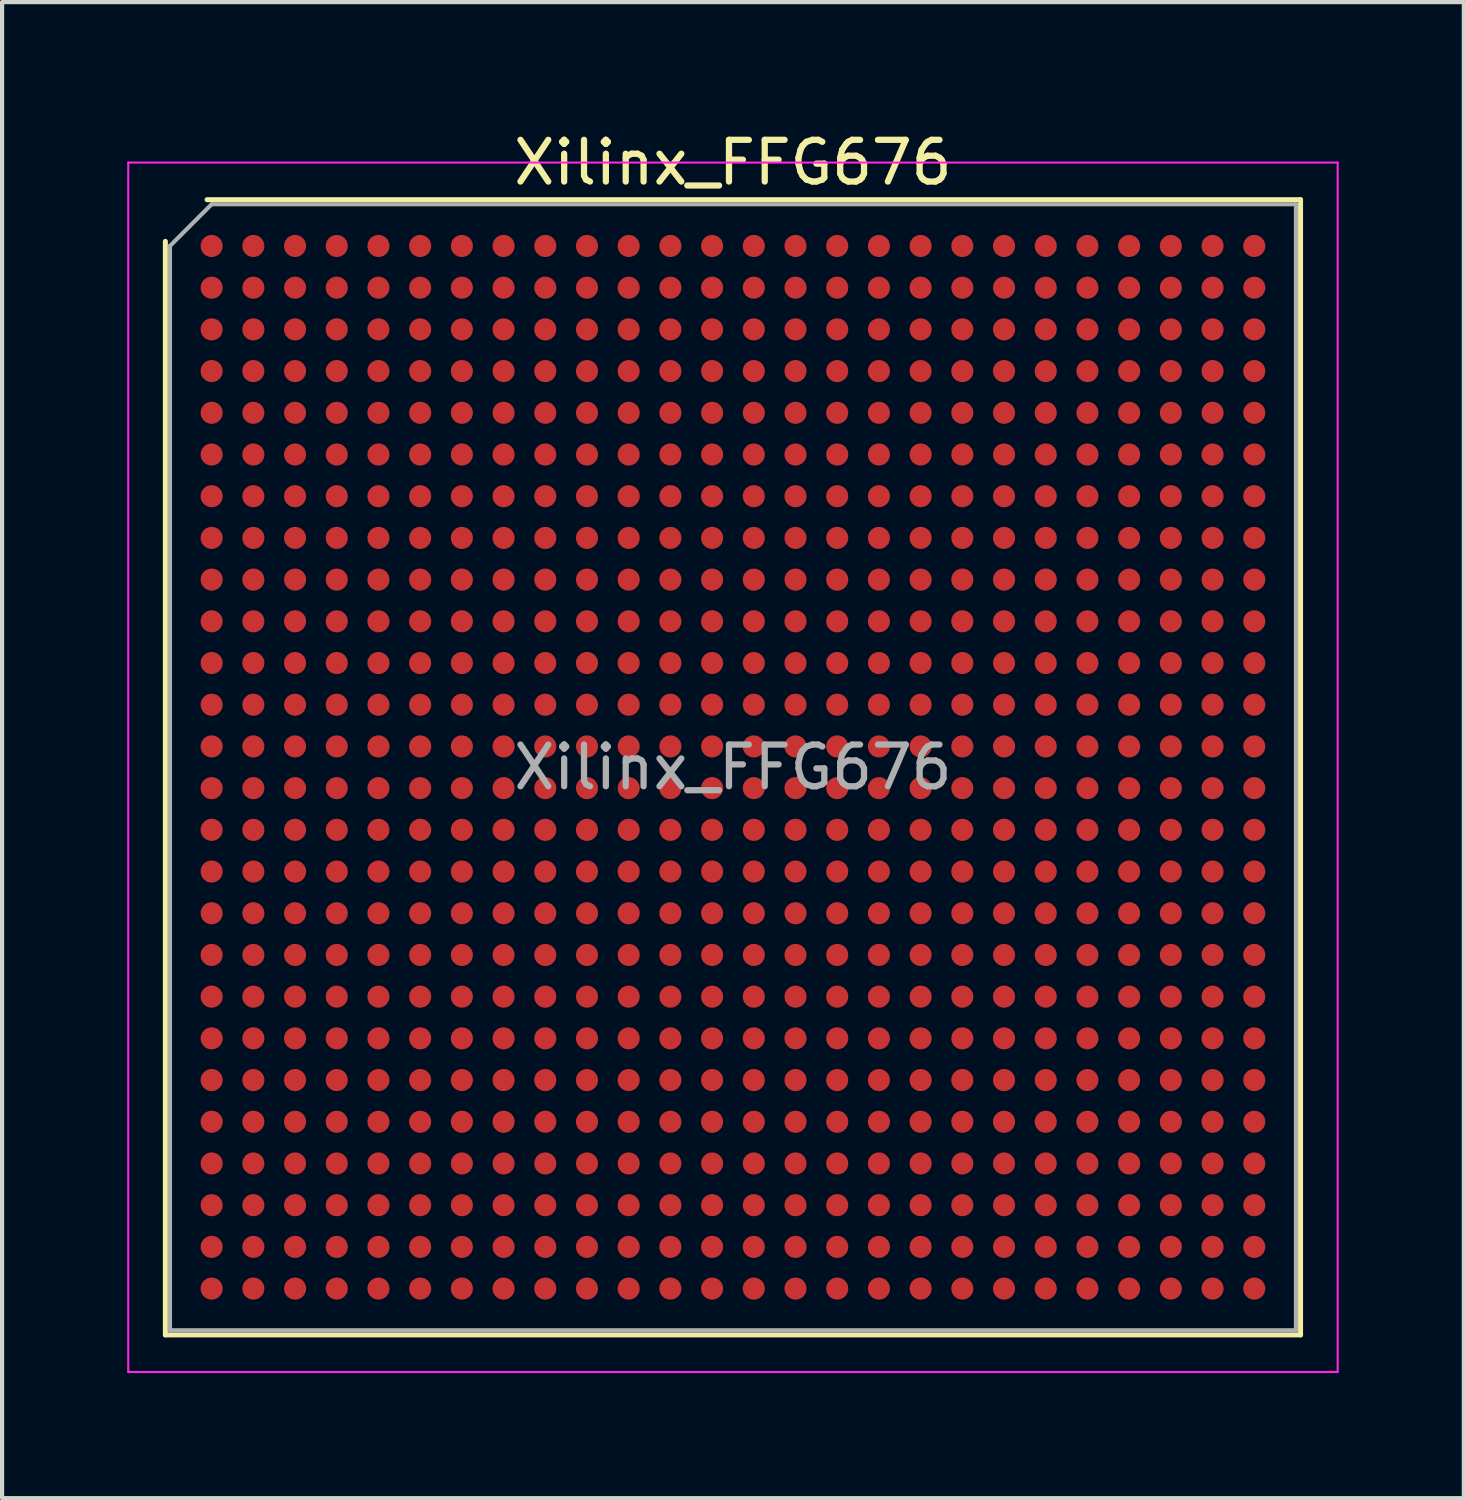
<source format=kicad_pcb>
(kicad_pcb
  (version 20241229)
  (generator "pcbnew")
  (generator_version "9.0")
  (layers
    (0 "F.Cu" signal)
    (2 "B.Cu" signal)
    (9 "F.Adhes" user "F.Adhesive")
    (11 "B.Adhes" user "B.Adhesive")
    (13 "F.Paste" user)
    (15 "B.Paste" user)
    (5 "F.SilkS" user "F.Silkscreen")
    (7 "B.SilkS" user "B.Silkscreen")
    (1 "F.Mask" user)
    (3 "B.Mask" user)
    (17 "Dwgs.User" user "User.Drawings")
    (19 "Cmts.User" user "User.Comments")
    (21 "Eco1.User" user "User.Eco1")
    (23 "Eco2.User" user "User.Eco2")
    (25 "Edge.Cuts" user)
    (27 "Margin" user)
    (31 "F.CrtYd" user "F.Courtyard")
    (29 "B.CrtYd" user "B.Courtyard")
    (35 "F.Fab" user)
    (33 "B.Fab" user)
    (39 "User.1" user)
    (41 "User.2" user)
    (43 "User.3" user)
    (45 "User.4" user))
  (footprint "Xilinx_FFG676"
    (layer "F.Cu")
    (at 14.525 15.348)
    (property "Reference" "Xilinx_FFG676" (at 0 -14.5 0) (layer "F.SilkS") (effects (font (size 1 1) (thickness 0.15))))
    (attr smd)
    (fp_line (start -13.61 13.61) (end -13.61 -12.61) (stroke (width 0.12) (type solid)) (layer "F.SilkS"))
    (fp_line (start -12.61 -13.61) (end 13.61 -13.61) (stroke (width 0.12) (type solid)) (layer "F.SilkS"))
    (fp_line (start 13.61 -13.61) (end 13.61 13.61) (stroke (width 0.12) (type solid)) (layer "F.SilkS"))
    (fp_line (start 13.61 13.61) (end -13.61 13.61) (stroke (width 0.12) (type solid)) (layer "F.SilkS"))
    (fp_line (start -14.5 -14.5) (end -14.5 14.5) (stroke (width 0.05) (type solid)) (layer "F.CrtYd"))
    (fp_line (start -14.5 14.5) (end 14.5 14.5) (stroke (width 0.05) (type solid)) (layer "F.CrtYd"))
    (fp_line (start 14.5 -14.5) (end -14.5 -14.5) (stroke (width 0.05) (type solid)) (layer "F.CrtYd"))
    (fp_line (start 14.5 14.5) (end 14.5 -14.5) (stroke (width 0.05) (type solid)) (layer "F.CrtYd"))
    (fp_line (start -13.5 -12.5) (end -12.5 -13.5) (stroke (width 0.1) (type solid)) (layer "F.Fab"))
    (fp_line (start -13.5 13.5) (end -13.5 -12.5) (stroke (width 0.1) (type solid)) (layer "F.Fab"))
    (fp_line (start -12.5 -13.5) (end 13.5 -13.5) (stroke (width 0.1) (type solid)) (layer "F.Fab"))
    (fp_line (start 13.5 -13.5) (end 13.5 13.5) (stroke (width 0.1) (type solid)) (layer "F.Fab"))
    (fp_line (start 13.5 13.5) (end -13.5 13.5) (stroke (width 0.1) (type solid)) (layer "F.Fab"))
    (fp_text user "${REFERENCE}" (at 0 0 0) (layer "F.Fab") (effects (font (size 1 1) (thickness 0.15))))
    (pad "A1" smd circle (at -12.5 -12.5) (size 0.53 0.53) (layers "F.Cu" "F.Mask" "F.Paste"))
    (pad "A2" smd circle (at -11.5 -12.5) (size 0.53 0.53) (layers "F.Cu" "F.Mask" "F.Paste"))
    (pad "A3" smd circle (at -10.5 -12.5) (size 0.53 0.53) (layers "F.Cu" "F.Mask" "F.Paste"))
    (pad "A4" smd circle (at -9.5 -12.5) (size 0.53 0.53) (layers "F.Cu" "F.Mask" "F.Paste"))
    (pad "A5" smd circle (at -8.5 -12.5) (size 0.53 0.53) (layers "F.Cu" "F.Mask" "F.Paste"))
    (pad "A6" smd circle (at -7.5 -12.5) (size 0.53 0.53) (layers "F.Cu" "F.Mask" "F.Paste"))
    (pad "A7" smd circle (at -6.5 -12.5) (size 0.53 0.53) (layers "F.Cu" "F.Mask" "F.Paste"))
    (pad "A8" smd circle (at -5.5 -12.5) (size 0.53 0.53) (layers "F.Cu" "F.Mask" "F.Paste"))
    (pad "A9" smd circle (at -4.5 -12.5) (size 0.53 0.53) (layers "F.Cu" "F.Mask" "F.Paste"))
    (pad "A10" smd circle (at -3.5 -12.5) (size 0.53 0.53) (layers "F.Cu" "F.Mask" "F.Paste"))
    (pad "A11" smd circle (at -2.5 -12.5) (size 0.53 0.53) (layers "F.Cu" "F.Mask" "F.Paste"))
    (pad "A12" smd circle (at -1.5 -12.5) (size 0.53 0.53) (layers "F.Cu" "F.Mask" "F.Paste"))
    (pad "A13" smd circle (at -0.5 -12.5) (size 0.53 0.53) (layers "F.Cu" "F.Mask" "F.Paste"))
    (pad "A14" smd circle (at 0.5 -12.5) (size 0.53 0.53) (layers "F.Cu" "F.Mask" "F.Paste"))
    (pad "A15" smd circle (at 1.5 -12.5) (size 0.53 0.53) (layers "F.Cu" "F.Mask" "F.Paste"))
    (pad "A16" smd circle (at 2.5 -12.5) (size 0.53 0.53) (layers "F.Cu" "F.Mask" "F.Paste"))
    (pad "A17" smd circle (at 3.5 -12.5) (size 0.53 0.53) (layers "F.Cu" "F.Mask" "F.Paste"))
    (pad "A18" smd circle (at 4.5 -12.5) (size 0.53 0.53) (layers "F.Cu" "F.Mask" "F.Paste"))
    (pad "A19" smd circle (at 5.5 -12.5) (size 0.53 0.53) (layers "F.Cu" "F.Mask" "F.Paste"))
    (pad "A20" smd circle (at 6.5 -12.5) (size 0.53 0.53) (layers "F.Cu" "F.Mask" "F.Paste"))
    (pad "A21" smd circle (at 7.5 -12.5) (size 0.53 0.53) (layers "F.Cu" "F.Mask" "F.Paste"))
    (pad "A22" smd circle (at 8.5 -12.5) (size 0.53 0.53) (layers "F.Cu" "F.Mask" "F.Paste"))
    (pad "A23" smd circle (at 9.5 -12.5) (size 0.53 0.53) (layers "F.Cu" "F.Mask" "F.Paste"))
    (pad "A24" smd circle (at 10.5 -12.5) (size 0.53 0.53) (layers "F.Cu" "F.Mask" "F.Paste"))
    (pad "A25" smd circle (at 11.5 -12.5) (size 0.53 0.53) (layers "F.Cu" "F.Mask" "F.Paste"))
    (pad "A26" smd circle (at 12.5 -12.5) (size 0.53 0.53) (layers "F.Cu" "F.Mask" "F.Paste"))
    (pad "AA1" smd circle (at -12.5 7.5) (size 0.53 0.53) (layers "F.Cu" "F.Mask" "F.Paste"))
    (pad "AA2" smd circle (at -11.5 7.5) (size 0.53 0.53) (layers "F.Cu" "F.Mask" "F.Paste"))
    (pad "AA3" smd circle (at -10.5 7.5) (size 0.53 0.53) (layers "F.Cu" "F.Mask" "F.Paste"))
    (pad "AA4" smd circle (at -9.5 7.5) (size 0.53 0.53) (layers "F.Cu" "F.Mask" "F.Paste"))
    (pad "AA5" smd circle (at -8.5 7.5) (size 0.53 0.53) (layers "F.Cu" "F.Mask" "F.Paste"))
    (pad "AA6" smd circle (at -7.5 7.5) (size 0.53 0.53) (layers "F.Cu" "F.Mask" "F.Paste"))
    (pad "AA7" smd circle (at -6.5 7.5) (size 0.53 0.53) (layers "F.Cu" "F.Mask" "F.Paste"))
    (pad "AA8" smd circle (at -5.5 7.5) (size 0.53 0.53) (layers "F.Cu" "F.Mask" "F.Paste"))
    (pad "AA9" smd circle (at -4.5 7.5) (size 0.53 0.53) (layers "F.Cu" "F.Mask" "F.Paste"))
    (pad "AA10" smd circle (at -3.5 7.5) (size 0.53 0.53) (layers "F.Cu" "F.Mask" "F.Paste"))
    (pad "AA11" smd circle (at -2.5 7.5) (size 0.53 0.53) (layers "F.Cu" "F.Mask" "F.Paste"))
    (pad "AA12" smd circle (at -1.5 7.5) (size 0.53 0.53) (layers "F.Cu" "F.Mask" "F.Paste"))
    (pad "AA13" smd circle (at -0.5 7.5) (size 0.53 0.53) (layers "F.Cu" "F.Mask" "F.Paste"))
    (pad "AA14" smd circle (at 0.5 7.5) (size 0.53 0.53) (layers "F.Cu" "F.Mask" "F.Paste"))
    (pad "AA15" smd circle (at 1.5 7.5) (size 0.53 0.53) (layers "F.Cu" "F.Mask" "F.Paste"))
    (pad "AA16" smd circle (at 2.5 7.5) (size 0.53 0.53) (layers "F.Cu" "F.Mask" "F.Paste"))
    (pad "AA17" smd circle (at 3.5 7.5) (size 0.53 0.53) (layers "F.Cu" "F.Mask" "F.Paste"))
    (pad "AA18" smd circle (at 4.5 7.5) (size 0.53 0.53) (layers "F.Cu" "F.Mask" "F.Paste"))
    (pad "AA19" smd circle (at 5.5 7.5) (size 0.53 0.53) (layers "F.Cu" "F.Mask" "F.Paste"))
    (pad "AA20" smd circle (at 6.5 7.5) (size 0.53 0.53) (layers "F.Cu" "F.Mask" "F.Paste"))
    (pad "AA21" smd circle (at 7.5 7.5) (size 0.53 0.53) (layers "F.Cu" "F.Mask" "F.Paste"))
    (pad "AA22" smd circle (at 8.5 7.5) (size 0.53 0.53) (layers "F.Cu" "F.Mask" "F.Paste"))
    (pad "AA23" smd circle (at 9.5 7.5) (size 0.53 0.53) (layers "F.Cu" "F.Mask" "F.Paste"))
    (pad "AA24" smd circle (at 10.5 7.5) (size 0.53 0.53) (layers "F.Cu" "F.Mask" "F.Paste"))
    (pad "AA25" smd circle (at 11.5 7.5) (size 0.53 0.53) (layers "F.Cu" "F.Mask" "F.Paste"))
    (pad "AA26" smd circle (at 12.5 7.5) (size 0.53 0.53) (layers "F.Cu" "F.Mask" "F.Paste"))
    (pad "AB1" smd circle (at -12.5 8.5) (size 0.53 0.53) (layers "F.Cu" "F.Mask" "F.Paste"))
    (pad "AB2" smd circle (at -11.5 8.5) (size 0.53 0.53) (layers "F.Cu" "F.Mask" "F.Paste"))
    (pad "AB3" smd circle (at -10.5 8.5) (size 0.53 0.53) (layers "F.Cu" "F.Mask" "F.Paste"))
    (pad "AB4" smd circle (at -9.5 8.5) (size 0.53 0.53) (layers "F.Cu" "F.Mask" "F.Paste"))
    (pad "AB5" smd circle (at -8.5 8.5) (size 0.53 0.53) (layers "F.Cu" "F.Mask" "F.Paste"))
    (pad "AB6" smd circle (at -7.5 8.5) (size 0.53 0.53) (layers "F.Cu" "F.Mask" "F.Paste"))
    (pad "AB7" smd circle (at -6.5 8.5) (size 0.53 0.53) (layers "F.Cu" "F.Mask" "F.Paste"))
    (pad "AB8" smd circle (at -5.5 8.5) (size 0.53 0.53) (layers "F.Cu" "F.Mask" "F.Paste"))
    (pad "AB9" smd circle (at -4.5 8.5) (size 0.53 0.53) (layers "F.Cu" "F.Mask" "F.Paste"))
    (pad "AB10" smd circle (at -3.5 8.5) (size 0.53 0.53) (layers "F.Cu" "F.Mask" "F.Paste"))
    (pad "AB11" smd circle (at -2.5 8.5) (size 0.53 0.53) (layers "F.Cu" "F.Mask" "F.Paste"))
    (pad "AB12" smd circle (at -1.5 8.5) (size 0.53 0.53) (layers "F.Cu" "F.Mask" "F.Paste"))
    (pad "AB13" smd circle (at -0.5 8.5) (size 0.53 0.53) (layers "F.Cu" "F.Mask" "F.Paste"))
    (pad "AB14" smd circle (at 0.5 8.5) (size 0.53 0.53) (layers "F.Cu" "F.Mask" "F.Paste"))
    (pad "AB15" smd circle (at 1.5 8.5) (size 0.53 0.53) (layers "F.Cu" "F.Mask" "F.Paste"))
    (pad "AB16" smd circle (at 2.5 8.5) (size 0.53 0.53) (layers "F.Cu" "F.Mask" "F.Paste"))
    (pad "AB17" smd circle (at 3.5 8.5) (size 0.53 0.53) (layers "F.Cu" "F.Mask" "F.Paste"))
    (pad "AB18" smd circle (at 4.5 8.5) (size 0.53 0.53) (layers "F.Cu" "F.Mask" "F.Paste"))
    (pad "AB19" smd circle (at 5.5 8.5) (size 0.53 0.53) (layers "F.Cu" "F.Mask" "F.Paste"))
    (pad "AB20" smd circle (at 6.5 8.5) (size 0.53 0.53) (layers "F.Cu" "F.Mask" "F.Paste"))
    (pad "AB21" smd circle (at 7.5 8.5) (size 0.53 0.53) (layers "F.Cu" "F.Mask" "F.Paste"))
    (pad "AB22" smd circle (at 8.5 8.5) (size 0.53 0.53) (layers "F.Cu" "F.Mask" "F.Paste"))
    (pad "AB23" smd circle (at 9.5 8.5) (size 0.53 0.53) (layers "F.Cu" "F.Mask" "F.Paste"))
    (pad "AB24" smd circle (at 10.5 8.5) (size 0.53 0.53) (layers "F.Cu" "F.Mask" "F.Paste"))
    (pad "AB25" smd circle (at 11.5 8.5) (size 0.53 0.53) (layers "F.Cu" "F.Mask" "F.Paste"))
    (pad "AB26" smd circle (at 12.5 8.5) (size 0.53 0.53) (layers "F.Cu" "F.Mask" "F.Paste"))
    (pad "AC1" smd circle (at -12.5 9.5) (size 0.53 0.53) (layers "F.Cu" "F.Mask" "F.Paste"))
    (pad "AC2" smd circle (at -11.5 9.5) (size 0.53 0.53) (layers "F.Cu" "F.Mask" "F.Paste"))
    (pad "AC3" smd circle (at -10.5 9.5) (size 0.53 0.53) (layers "F.Cu" "F.Mask" "F.Paste"))
    (pad "AC4" smd circle (at -9.5 9.5) (size 0.53 0.53) (layers "F.Cu" "F.Mask" "F.Paste"))
    (pad "AC5" smd circle (at -8.5 9.5) (size 0.53 0.53) (layers "F.Cu" "F.Mask" "F.Paste"))
    (pad "AC6" smd circle (at -7.5 9.5) (size 0.53 0.53) (layers "F.Cu" "F.Mask" "F.Paste"))
    (pad "AC7" smd circle (at -6.5 9.5) (size 0.53 0.53) (layers "F.Cu" "F.Mask" "F.Paste"))
    (pad "AC8" smd circle (at -5.5 9.5) (size 0.53 0.53) (layers "F.Cu" "F.Mask" "F.Paste"))
    (pad "AC9" smd circle (at -4.5 9.5) (size 0.53 0.53) (layers "F.Cu" "F.Mask" "F.Paste"))
    (pad "AC10" smd circle (at -3.5 9.5) (size 0.53 0.53) (layers "F.Cu" "F.Mask" "F.Paste"))
    (pad "AC11" smd circle (at -2.5 9.5) (size 0.53 0.53) (layers "F.Cu" "F.Mask" "F.Paste"))
    (pad "AC12" smd circle (at -1.5 9.5) (size 0.53 0.53) (layers "F.Cu" "F.Mask" "F.Paste"))
    (pad "AC13" smd circle (at -0.5 9.5) (size 0.53 0.53) (layers "F.Cu" "F.Mask" "F.Paste"))
    (pad "AC14" smd circle (at 0.5 9.5) (size 0.53 0.53) (layers "F.Cu" "F.Mask" "F.Paste"))
    (pad "AC15" smd circle (at 1.5 9.5) (size 0.53 0.53) (layers "F.Cu" "F.Mask" "F.Paste"))
    (pad "AC16" smd circle (at 2.5 9.5) (size 0.53 0.53) (layers "F.Cu" "F.Mask" "F.Paste"))
    (pad "AC17" smd circle (at 3.5 9.5) (size 0.53 0.53) (layers "F.Cu" "F.Mask" "F.Paste"))
    (pad "AC18" smd circle (at 4.5 9.5) (size 0.53 0.53) (layers "F.Cu" "F.Mask" "F.Paste"))
    (pad "AC19" smd circle (at 5.5 9.5) (size 0.53 0.53) (layers "F.Cu" "F.Mask" "F.Paste"))
    (pad "AC20" smd circle (at 6.5 9.5) (size 0.53 0.53) (layers "F.Cu" "F.Mask" "F.Paste"))
    (pad "AC21" smd circle (at 7.5 9.5) (size 0.53 0.53) (layers "F.Cu" "F.Mask" "F.Paste"))
    (pad "AC22" smd circle (at 8.5 9.5) (size 0.53 0.53) (layers "F.Cu" "F.Mask" "F.Paste"))
    (pad "AC23" smd circle (at 9.5 9.5) (size 0.53 0.53) (layers "F.Cu" "F.Mask" "F.Paste"))
    (pad "AC24" smd circle (at 10.5 9.5) (size 0.53 0.53) (layers "F.Cu" "F.Mask" "F.Paste"))
    (pad "AC25" smd circle (at 11.5 9.5) (size 0.53 0.53) (layers "F.Cu" "F.Mask" "F.Paste"))
    (pad "AC26" smd circle (at 12.5 9.5) (size 0.53 0.53) (layers "F.Cu" "F.Mask" "F.Paste"))
    (pad "AD1" smd circle (at -12.5 10.5) (size 0.53 0.53) (layers "F.Cu" "F.Mask" "F.Paste"))
    (pad "AD2" smd circle (at -11.5 10.5) (size 0.53 0.53) (layers "F.Cu" "F.Mask" "F.Paste"))
    (pad "AD3" smd circle (at -10.5 10.5) (size 0.53 0.53) (layers "F.Cu" "F.Mask" "F.Paste"))
    (pad "AD4" smd circle (at -9.5 10.5) (size 0.53 0.53) (layers "F.Cu" "F.Mask" "F.Paste"))
    (pad "AD5" smd circle (at -8.5 10.5) (size 0.53 0.53) (layers "F.Cu" "F.Mask" "F.Paste"))
    (pad "AD6" smd circle (at -7.5 10.5) (size 0.53 0.53) (layers "F.Cu" "F.Mask" "F.Paste"))
    (pad "AD7" smd circle (at -6.5 10.5) (size 0.53 0.53) (layers "F.Cu" "F.Mask" "F.Paste"))
    (pad "AD8" smd circle (at -5.5 10.5) (size 0.53 0.53) (layers "F.Cu" "F.Mask" "F.Paste"))
    (pad "AD9" smd circle (at -4.5 10.5) (size 0.53 0.53) (layers "F.Cu" "F.Mask" "F.Paste"))
    (pad "AD10" smd circle (at -3.5 10.5) (size 0.53 0.53) (layers "F.Cu" "F.Mask" "F.Paste"))
    (pad "AD11" smd circle (at -2.5 10.5) (size 0.53 0.53) (layers "F.Cu" "F.Mask" "F.Paste"))
    (pad "AD12" smd circle (at -1.5 10.5) (size 0.53 0.53) (layers "F.Cu" "F.Mask" "F.Paste"))
    (pad "AD13" smd circle (at -0.5 10.5) (size 0.53 0.53) (layers "F.Cu" "F.Mask" "F.Paste"))
    (pad "AD14" smd circle (at 0.5 10.5) (size 0.53 0.53) (layers "F.Cu" "F.Mask" "F.Paste"))
    (pad "AD15" smd circle (at 1.5 10.5) (size 0.53 0.53) (layers "F.Cu" "F.Mask" "F.Paste"))
    (pad "AD16" smd circle (at 2.5 10.5) (size 0.53 0.53) (layers "F.Cu" "F.Mask" "F.Paste"))
    (pad "AD17" smd circle (at 3.5 10.5) (size 0.53 0.53) (layers "F.Cu" "F.Mask" "F.Paste"))
    (pad "AD18" smd circle (at 4.5 10.5) (size 0.53 0.53) (layers "F.Cu" "F.Mask" "F.Paste"))
    (pad "AD19" smd circle (at 5.5 10.5) (size 0.53 0.53) (layers "F.Cu" "F.Mask" "F.Paste"))
    (pad "AD20" smd circle (at 6.5 10.5) (size 0.53 0.53) (layers "F.Cu" "F.Mask" "F.Paste"))
    (pad "AD21" smd circle (at 7.5 10.5) (size 0.53 0.53) (layers "F.Cu" "F.Mask" "F.Paste"))
    (pad "AD22" smd circle (at 8.5 10.5) (size 0.53 0.53) (layers "F.Cu" "F.Mask" "F.Paste"))
    (pad "AD23" smd circle (at 9.5 10.5) (size 0.53 0.53) (layers "F.Cu" "F.Mask" "F.Paste"))
    (pad "AD24" smd circle (at 10.5 10.5) (size 0.53 0.53) (layers "F.Cu" "F.Mask" "F.Paste"))
    (pad "AD25" smd circle (at 11.5 10.5) (size 0.53 0.53) (layers "F.Cu" "F.Mask" "F.Paste"))
    (pad "AD26" smd circle (at 12.5 10.5) (size 0.53 0.53) (layers "F.Cu" "F.Mask" "F.Paste"))
    (pad "AE1" smd circle (at -12.5 11.5) (size 0.53 0.53) (layers "F.Cu" "F.Mask" "F.Paste"))
    (pad "AE2" smd circle (at -11.5 11.5) (size 0.53 0.53) (layers "F.Cu" "F.Mask" "F.Paste"))
    (pad "AE3" smd circle (at -10.5 11.5) (size 0.53 0.53) (layers "F.Cu" "F.Mask" "F.Paste"))
    (pad "AE4" smd circle (at -9.5 11.5) (size 0.53 0.53) (layers "F.Cu" "F.Mask" "F.Paste"))
    (pad "AE5" smd circle (at -8.5 11.5) (size 0.53 0.53) (layers "F.Cu" "F.Mask" "F.Paste"))
    (pad "AE6" smd circle (at -7.5 11.5) (size 0.53 0.53) (layers "F.Cu" "F.Mask" "F.Paste"))
    (pad "AE7" smd circle (at -6.5 11.5) (size 0.53 0.53) (layers "F.Cu" "F.Mask" "F.Paste"))
    (pad "AE8" smd circle (at -5.5 11.5) (size 0.53 0.53) (layers "F.Cu" "F.Mask" "F.Paste"))
    (pad "AE9" smd circle (at -4.5 11.5) (size 0.53 0.53) (layers "F.Cu" "F.Mask" "F.Paste"))
    (pad "AE10" smd circle (at -3.5 11.5) (size 0.53 0.53) (layers "F.Cu" "F.Mask" "F.Paste"))
    (pad "AE11" smd circle (at -2.5 11.5) (size 0.53 0.53) (layers "F.Cu" "F.Mask" "F.Paste"))
    (pad "AE12" smd circle (at -1.5 11.5) (size 0.53 0.53) (layers "F.Cu" "F.Mask" "F.Paste"))
    (pad "AE13" smd circle (at -0.5 11.5) (size 0.53 0.53) (layers "F.Cu" "F.Mask" "F.Paste"))
    (pad "AE14" smd circle (at 0.5 11.5) (size 0.53 0.53) (layers "F.Cu" "F.Mask" "F.Paste"))
    (pad "AE15" smd circle (at 1.5 11.5) (size 0.53 0.53) (layers "F.Cu" "F.Mask" "F.Paste"))
    (pad "AE16" smd circle (at 2.5 11.5) (size 0.53 0.53) (layers "F.Cu" "F.Mask" "F.Paste"))
    (pad "AE17" smd circle (at 3.5 11.5) (size 0.53 0.53) (layers "F.Cu" "F.Mask" "F.Paste"))
    (pad "AE18" smd circle (at 4.5 11.5) (size 0.53 0.53) (layers "F.Cu" "F.Mask" "F.Paste"))
    (pad "AE19" smd circle (at 5.5 11.5) (size 0.53 0.53) (layers "F.Cu" "F.Mask" "F.Paste"))
    (pad "AE20" smd circle (at 6.5 11.5) (size 0.53 0.53) (layers "F.Cu" "F.Mask" "F.Paste"))
    (pad "AE21" smd circle (at 7.5 11.5) (size 0.53 0.53) (layers "F.Cu" "F.Mask" "F.Paste"))
    (pad "AE22" smd circle (at 8.5 11.5) (size 0.53 0.53) (layers "F.Cu" "F.Mask" "F.Paste"))
    (pad "AE23" smd circle (at 9.5 11.5) (size 0.53 0.53) (layers "F.Cu" "F.Mask" "F.Paste"))
    (pad "AE24" smd circle (at 10.5 11.5) (size 0.53 0.53) (layers "F.Cu" "F.Mask" "F.Paste"))
    (pad "AE25" smd circle (at 11.5 11.5) (size 0.53 0.53) (layers "F.Cu" "F.Mask" "F.Paste"))
    (pad "AE26" smd circle (at 12.5 11.5) (size 0.53 0.53) (layers "F.Cu" "F.Mask" "F.Paste"))
    (pad "AF1" smd circle (at -12.5 12.5) (size 0.53 0.53) (layers "F.Cu" "F.Mask" "F.Paste"))
    (pad "AF2" smd circle (at -11.5 12.5) (size 0.53 0.53) (layers "F.Cu" "F.Mask" "F.Paste"))
    (pad "AF3" smd circle (at -10.5 12.5) (size 0.53 0.53) (layers "F.Cu" "F.Mask" "F.Paste"))
    (pad "AF4" smd circle (at -9.5 12.5) (size 0.53 0.53) (layers "F.Cu" "F.Mask" "F.Paste"))
    (pad "AF5" smd circle (at -8.5 12.5) (size 0.53 0.53) (layers "F.Cu" "F.Mask" "F.Paste"))
    (pad "AF6" smd circle (at -7.5 12.5) (size 0.53 0.53) (layers "F.Cu" "F.Mask" "F.Paste"))
    (pad "AF7" smd circle (at -6.5 12.5) (size 0.53 0.53) (layers "F.Cu" "F.Mask" "F.Paste"))
    (pad "AF8" smd circle (at -5.5 12.5) (size 0.53 0.53) (layers "F.Cu" "F.Mask" "F.Paste"))
    (pad "AF9" smd circle (at -4.5 12.5) (size 0.53 0.53) (layers "F.Cu" "F.Mask" "F.Paste"))
    (pad "AF10" smd circle (at -3.5 12.5) (size 0.53 0.53) (layers "F.Cu" "F.Mask" "F.Paste"))
    (pad "AF11" smd circle (at -2.5 12.5) (size 0.53 0.53) (layers "F.Cu" "F.Mask" "F.Paste"))
    (pad "AF12" smd circle (at -1.5 12.5) (size 0.53 0.53) (layers "F.Cu" "F.Mask" "F.Paste"))
    (pad "AF13" smd circle (at -0.5 12.5) (size 0.53 0.53) (layers "F.Cu" "F.Mask" "F.Paste"))
    (pad "AF14" smd circle (at 0.5 12.5) (size 0.53 0.53) (layers "F.Cu" "F.Mask" "F.Paste"))
    (pad "AF15" smd circle (at 1.5 12.5) (size 0.53 0.53) (layers "F.Cu" "F.Mask" "F.Paste"))
    (pad "AF16" smd circle (at 2.5 12.5) (size 0.53 0.53) (layers "F.Cu" "F.Mask" "F.Paste"))
    (pad "AF17" smd circle (at 3.5 12.5) (size 0.53 0.53) (layers "F.Cu" "F.Mask" "F.Paste"))
    (pad "AF18" smd circle (at 4.5 12.5) (size 0.53 0.53) (layers "F.Cu" "F.Mask" "F.Paste"))
    (pad "AF19" smd circle (at 5.5 12.5) (size 0.53 0.53) (layers "F.Cu" "F.Mask" "F.Paste"))
    (pad "AF20" smd circle (at 6.5 12.5) (size 0.53 0.53) (layers "F.Cu" "F.Mask" "F.Paste"))
    (pad "AF21" smd circle (at 7.5 12.5) (size 0.53 0.53) (layers "F.Cu" "F.Mask" "F.Paste"))
    (pad "AF22" smd circle (at 8.5 12.5) (size 0.53 0.53) (layers "F.Cu" "F.Mask" "F.Paste"))
    (pad "AF23" smd circle (at 9.5 12.5) (size 0.53 0.53) (layers "F.Cu" "F.Mask" "F.Paste"))
    (pad "AF24" smd circle (at 10.5 12.5) (size 0.53 0.53) (layers "F.Cu" "F.Mask" "F.Paste"))
    (pad "AF25" smd circle (at 11.5 12.5) (size 0.53 0.53) (layers "F.Cu" "F.Mask" "F.Paste"))
    (pad "AF26" smd circle (at 12.5 12.5) (size 0.53 0.53) (layers "F.Cu" "F.Mask" "F.Paste"))
    (pad "B1" smd circle (at -12.5 -11.5) (size 0.53 0.53) (layers "F.Cu" "F.Mask" "F.Paste"))
    (pad "B2" smd circle (at -11.5 -11.5) (size 0.53 0.53) (layers "F.Cu" "F.Mask" "F.Paste"))
    (pad "B3" smd circle (at -10.5 -11.5) (size 0.53 0.53) (layers "F.Cu" "F.Mask" "F.Paste"))
    (pad "B4" smd circle (at -9.5 -11.5) (size 0.53 0.53) (layers "F.Cu" "F.Mask" "F.Paste"))
    (pad "B5" smd circle (at -8.5 -11.5) (size 0.53 0.53) (layers "F.Cu" "F.Mask" "F.Paste"))
    (pad "B6" smd circle (at -7.5 -11.5) (size 0.53 0.53) (layers "F.Cu" "F.Mask" "F.Paste"))
    (pad "B7" smd circle (at -6.5 -11.5) (size 0.53 0.53) (layers "F.Cu" "F.Mask" "F.Paste"))
    (pad "B8" smd circle (at -5.5 -11.5) (size 0.53 0.53) (layers "F.Cu" "F.Mask" "F.Paste"))
    (pad "B9" smd circle (at -4.5 -11.5) (size 0.53 0.53) (layers "F.Cu" "F.Mask" "F.Paste"))
    (pad "B10" smd circle (at -3.5 -11.5) (size 0.53 0.53) (layers "F.Cu" "F.Mask" "F.Paste"))
    (pad "B11" smd circle (at -2.5 -11.5) (size 0.53 0.53) (layers "F.Cu" "F.Mask" "F.Paste"))
    (pad "B12" smd circle (at -1.5 -11.5) (size 0.53 0.53) (layers "F.Cu" "F.Mask" "F.Paste"))
    (pad "B13" smd circle (at -0.5 -11.5) (size 0.53 0.53) (layers "F.Cu" "F.Mask" "F.Paste"))
    (pad "B14" smd circle (at 0.5 -11.5) (size 0.53 0.53) (layers "F.Cu" "F.Mask" "F.Paste"))
    (pad "B15" smd circle (at 1.5 -11.5) (size 0.53 0.53) (layers "F.Cu" "F.Mask" "F.Paste"))
    (pad "B16" smd circle (at 2.5 -11.5) (size 0.53 0.53) (layers "F.Cu" "F.Mask" "F.Paste"))
    (pad "B17" smd circle (at 3.5 -11.5) (size 0.53 0.53) (layers "F.Cu" "F.Mask" "F.Paste"))
    (pad "B18" smd circle (at 4.5 -11.5) (size 0.53 0.53) (layers "F.Cu" "F.Mask" "F.Paste"))
    (pad "B19" smd circle (at 5.5 -11.5) (size 0.53 0.53) (layers "F.Cu" "F.Mask" "F.Paste"))
    (pad "B20" smd circle (at 6.5 -11.5) (size 0.53 0.53) (layers "F.Cu" "F.Mask" "F.Paste"))
    (pad "B21" smd circle (at 7.5 -11.5) (size 0.53 0.53) (layers "F.Cu" "F.Mask" "F.Paste"))
    (pad "B22" smd circle (at 8.5 -11.5) (size 0.53 0.53) (layers "F.Cu" "F.Mask" "F.Paste"))
    (pad "B23" smd circle (at 9.5 -11.5) (size 0.53 0.53) (layers "F.Cu" "F.Mask" "F.Paste"))
    (pad "B24" smd circle (at 10.5 -11.5) (size 0.53 0.53) (layers "F.Cu" "F.Mask" "F.Paste"))
    (pad "B25" smd circle (at 11.5 -11.5) (size 0.53 0.53) (layers "F.Cu" "F.Mask" "F.Paste"))
    (pad "B26" smd circle (at 12.5 -11.5) (size 0.53 0.53) (layers "F.Cu" "F.Mask" "F.Paste"))
    (pad "C1" smd circle (at -12.5 -10.5) (size 0.53 0.53) (layers "F.Cu" "F.Mask" "F.Paste"))
    (pad "C2" smd circle (at -11.5 -10.5) (size 0.53 0.53) (layers "F.Cu" "F.Mask" "F.Paste"))
    (pad "C3" smd circle (at -10.5 -10.5) (size 0.53 0.53) (layers "F.Cu" "F.Mask" "F.Paste"))
    (pad "C4" smd circle (at -9.5 -10.5) (size 0.53 0.53) (layers "F.Cu" "F.Mask" "F.Paste"))
    (pad "C5" smd circle (at -8.5 -10.5) (size 0.53 0.53) (layers "F.Cu" "F.Mask" "F.Paste"))
    (pad "C6" smd circle (at -7.5 -10.5) (size 0.53 0.53) (layers "F.Cu" "F.Mask" "F.Paste"))
    (pad "C7" smd circle (at -6.5 -10.5) (size 0.53 0.53) (layers "F.Cu" "F.Mask" "F.Paste"))
    (pad "C8" smd circle (at -5.5 -10.5) (size 0.53 0.53) (layers "F.Cu" "F.Mask" "F.Paste"))
    (pad "C9" smd circle (at -4.5 -10.5) (size 0.53 0.53) (layers "F.Cu" "F.Mask" "F.Paste"))
    (pad "C10" smd circle (at -3.5 -10.5) (size 0.53 0.53) (layers "F.Cu" "F.Mask" "F.Paste"))
    (pad "C11" smd circle (at -2.5 -10.5) (size 0.53 0.53) (layers "F.Cu" "F.Mask" "F.Paste"))
    (pad "C12" smd circle (at -1.5 -10.5) (size 0.53 0.53) (layers "F.Cu" "F.Mask" "F.Paste"))
    (pad "C13" smd circle (at -0.5 -10.5) (size 0.53 0.53) (layers "F.Cu" "F.Mask" "F.Paste"))
    (pad "C14" smd circle (at 0.5 -10.5) (size 0.53 0.53) (layers "F.Cu" "F.Mask" "F.Paste"))
    (pad "C15" smd circle (at 1.5 -10.5) (size 0.53 0.53) (layers "F.Cu" "F.Mask" "F.Paste"))
    (pad "C16" smd circle (at 2.5 -10.5) (size 0.53 0.53) (layers "F.Cu" "F.Mask" "F.Paste"))
    (pad "C17" smd circle (at 3.5 -10.5) (size 0.53 0.53) (layers "F.Cu" "F.Mask" "F.Paste"))
    (pad "C18" smd circle (at 4.5 -10.5) (size 0.53 0.53) (layers "F.Cu" "F.Mask" "F.Paste"))
    (pad "C19" smd circle (at 5.5 -10.5) (size 0.53 0.53) (layers "F.Cu" "F.Mask" "F.Paste"))
    (pad "C20" smd circle (at 6.5 -10.5) (size 0.53 0.53) (layers "F.Cu" "F.Mask" "F.Paste"))
    (pad "C21" smd circle (at 7.5 -10.5) (size 0.53 0.53) (layers "F.Cu" "F.Mask" "F.Paste"))
    (pad "C22" smd circle (at 8.5 -10.5) (size 0.53 0.53) (layers "F.Cu" "F.Mask" "F.Paste"))
    (pad "C23" smd circle (at 9.5 -10.5) (size 0.53 0.53) (layers "F.Cu" "F.Mask" "F.Paste"))
    (pad "C24" smd circle (at 10.5 -10.5) (size 0.53 0.53) (layers "F.Cu" "F.Mask" "F.Paste"))
    (pad "C25" smd circle (at 11.5 -10.5) (size 0.53 0.53) (layers "F.Cu" "F.Mask" "F.Paste"))
    (pad "C26" smd circle (at 12.5 -10.5) (size 0.53 0.53) (layers "F.Cu" "F.Mask" "F.Paste"))
    (pad "D1" smd circle (at -12.5 -9.5) (size 0.53 0.53) (layers "F.Cu" "F.Mask" "F.Paste"))
    (pad "D2" smd circle (at -11.5 -9.5) (size 0.53 0.53) (layers "F.Cu" "F.Mask" "F.Paste"))
    (pad "D3" smd circle (at -10.5 -9.5) (size 0.53 0.53) (layers "F.Cu" "F.Mask" "F.Paste"))
    (pad "D4" smd circle (at -9.5 -9.5) (size 0.53 0.53) (layers "F.Cu" "F.Mask" "F.Paste"))
    (pad "D5" smd circle (at -8.5 -9.5) (size 0.53 0.53) (layers "F.Cu" "F.Mask" "F.Paste"))
    (pad "D6" smd circle (at -7.5 -9.5) (size 0.53 0.53) (layers "F.Cu" "F.Mask" "F.Paste"))
    (pad "D7" smd circle (at -6.5 -9.5) (size 0.53 0.53) (layers "F.Cu" "F.Mask" "F.Paste"))
    (pad "D8" smd circle (at -5.5 -9.5) (size 0.53 0.53) (layers "F.Cu" "F.Mask" "F.Paste"))
    (pad "D9" smd circle (at -4.5 -9.5) (size 0.53 0.53) (layers "F.Cu" "F.Mask" "F.Paste"))
    (pad "D10" smd circle (at -3.5 -9.5) (size 0.53 0.53) (layers "F.Cu" "F.Mask" "F.Paste"))
    (pad "D11" smd circle (at -2.5 -9.5) (size 0.53 0.53) (layers "F.Cu" "F.Mask" "F.Paste"))
    (pad "D12" smd circle (at -1.5 -9.5) (size 0.53 0.53) (layers "F.Cu" "F.Mask" "F.Paste"))
    (pad "D13" smd circle (at -0.5 -9.5) (size 0.53 0.53) (layers "F.Cu" "F.Mask" "F.Paste"))
    (pad "D14" smd circle (at 0.5 -9.5) (size 0.53 0.53) (layers "F.Cu" "F.Mask" "F.Paste"))
    (pad "D15" smd circle (at 1.5 -9.5) (size 0.53 0.53) (layers "F.Cu" "F.Mask" "F.Paste"))
    (pad "D16" smd circle (at 2.5 -9.5) (size 0.53 0.53) (layers "F.Cu" "F.Mask" "F.Paste"))
    (pad "D17" smd circle (at 3.5 -9.5) (size 0.53 0.53) (layers "F.Cu" "F.Mask" "F.Paste"))
    (pad "D18" smd circle (at 4.5 -9.5) (size 0.53 0.53) (layers "F.Cu" "F.Mask" "F.Paste"))
    (pad "D19" smd circle (at 5.5 -9.5) (size 0.53 0.53) (layers "F.Cu" "F.Mask" "F.Paste"))
    (pad "D20" smd circle (at 6.5 -9.5) (size 0.53 0.53) (layers "F.Cu" "F.Mask" "F.Paste"))
    (pad "D21" smd circle (at 7.5 -9.5) (size 0.53 0.53) (layers "F.Cu" "F.Mask" "F.Paste"))
    (pad "D22" smd circle (at 8.5 -9.5) (size 0.53 0.53) (layers "F.Cu" "F.Mask" "F.Paste"))
    (pad "D23" smd circle (at 9.5 -9.5) (size 0.53 0.53) (layers "F.Cu" "F.Mask" "F.Paste"))
    (pad "D24" smd circle (at 10.5 -9.5) (size 0.53 0.53) (layers "F.Cu" "F.Mask" "F.Paste"))
    (pad "D25" smd circle (at 11.5 -9.5) (size 0.53 0.53) (layers "F.Cu" "F.Mask" "F.Paste"))
    (pad "D26" smd circle (at 12.5 -9.5) (size 0.53 0.53) (layers "F.Cu" "F.Mask" "F.Paste"))
    (pad "E1" smd circle (at -12.5 -8.5) (size 0.53 0.53) (layers "F.Cu" "F.Mask" "F.Paste"))
    (pad "E2" smd circle (at -11.5 -8.5) (size 0.53 0.53) (layers "F.Cu" "F.Mask" "F.Paste"))
    (pad "E3" smd circle (at -10.5 -8.5) (size 0.53 0.53) (layers "F.Cu" "F.Mask" "F.Paste"))
    (pad "E4" smd circle (at -9.5 -8.5) (size 0.53 0.53) (layers "F.Cu" "F.Mask" "F.Paste"))
    (pad "E5" smd circle (at -8.5 -8.5) (size 0.53 0.53) (layers "F.Cu" "F.Mask" "F.Paste"))
    (pad "E6" smd circle (at -7.5 -8.5) (size 0.53 0.53) (layers "F.Cu" "F.Mask" "F.Paste"))
    (pad "E7" smd circle (at -6.5 -8.5) (size 0.53 0.53) (layers "F.Cu" "F.Mask" "F.Paste"))
    (pad "E8" smd circle (at -5.5 -8.5) (size 0.53 0.53) (layers "F.Cu" "F.Mask" "F.Paste"))
    (pad "E9" smd circle (at -4.5 -8.5) (size 0.53 0.53) (layers "F.Cu" "F.Mask" "F.Paste"))
    (pad "E10" smd circle (at -3.5 -8.5) (size 0.53 0.53) (layers "F.Cu" "F.Mask" "F.Paste"))
    (pad "E11" smd circle (at -2.5 -8.5) (size 0.53 0.53) (layers "F.Cu" "F.Mask" "F.Paste"))
    (pad "E12" smd circle (at -1.5 -8.5) (size 0.53 0.53) (layers "F.Cu" "F.Mask" "F.Paste"))
    (pad "E13" smd circle (at -0.5 -8.5) (size 0.53 0.53) (layers "F.Cu" "F.Mask" "F.Paste"))
    (pad "E14" smd circle (at 0.5 -8.5) (size 0.53 0.53) (layers "F.Cu" "F.Mask" "F.Paste"))
    (pad "E15" smd circle (at 1.5 -8.5) (size 0.53 0.53) (layers "F.Cu" "F.Mask" "F.Paste"))
    (pad "E16" smd circle (at 2.5 -8.5) (size 0.53 0.53) (layers "F.Cu" "F.Mask" "F.Paste"))
    (pad "E17" smd circle (at 3.5 -8.5) (size 0.53 0.53) (layers "F.Cu" "F.Mask" "F.Paste"))
    (pad "E18" smd circle (at 4.5 -8.5) (size 0.53 0.53) (layers "F.Cu" "F.Mask" "F.Paste"))
    (pad "E19" smd circle (at 5.5 -8.5) (size 0.53 0.53) (layers "F.Cu" "F.Mask" "F.Paste"))
    (pad "E20" smd circle (at 6.5 -8.5) (size 0.53 0.53) (layers "F.Cu" "F.Mask" "F.Paste"))
    (pad "E21" smd circle (at 7.5 -8.5) (size 0.53 0.53) (layers "F.Cu" "F.Mask" "F.Paste"))
    (pad "E22" smd circle (at 8.5 -8.5) (size 0.53 0.53) (layers "F.Cu" "F.Mask" "F.Paste"))
    (pad "E23" smd circle (at 9.5 -8.5) (size 0.53 0.53) (layers "F.Cu" "F.Mask" "F.Paste"))
    (pad "E24" smd circle (at 10.5 -8.5) (size 0.53 0.53) (layers "F.Cu" "F.Mask" "F.Paste"))
    (pad "E25" smd circle (at 11.5 -8.5) (size 0.53 0.53) (layers "F.Cu" "F.Mask" "F.Paste"))
    (pad "E26" smd circle (at 12.5 -8.5) (size 0.53 0.53) (layers "F.Cu" "F.Mask" "F.Paste"))
    (pad "F1" smd circle (at -12.5 -7.5) (size 0.53 0.53) (layers "F.Cu" "F.Mask" "F.Paste"))
    (pad "F2" smd circle (at -11.5 -7.5) (size 0.53 0.53) (layers "F.Cu" "F.Mask" "F.Paste"))
    (pad "F3" smd circle (at -10.5 -7.5) (size 0.53 0.53) (layers "F.Cu" "F.Mask" "F.Paste"))
    (pad "F4" smd circle (at -9.5 -7.5) (size 0.53 0.53) (layers "F.Cu" "F.Mask" "F.Paste"))
    (pad "F5" smd circle (at -8.5 -7.5) (size 0.53 0.53) (layers "F.Cu" "F.Mask" "F.Paste"))
    (pad "F6" smd circle (at -7.5 -7.5) (size 0.53 0.53) (layers "F.Cu" "F.Mask" "F.Paste"))
    (pad "F7" smd circle (at -6.5 -7.5) (size 0.53 0.53) (layers "F.Cu" "F.Mask" "F.Paste"))
    (pad "F8" smd circle (at -5.5 -7.5) (size 0.53 0.53) (layers "F.Cu" "F.Mask" "F.Paste"))
    (pad "F9" smd circle (at -4.5 -7.5) (size 0.53 0.53) (layers "F.Cu" "F.Mask" "F.Paste"))
    (pad "F10" smd circle (at -3.5 -7.5) (size 0.53 0.53) (layers "F.Cu" "F.Mask" "F.Paste"))
    (pad "F11" smd circle (at -2.5 -7.5) (size 0.53 0.53) (layers "F.Cu" "F.Mask" "F.Paste"))
    (pad "F12" smd circle (at -1.5 -7.5) (size 0.53 0.53) (layers "F.Cu" "F.Mask" "F.Paste"))
    (pad "F13" smd circle (at -0.5 -7.5) (size 0.53 0.53) (layers "F.Cu" "F.Mask" "F.Paste"))
    (pad "F14" smd circle (at 0.5 -7.5) (size 0.53 0.53) (layers "F.Cu" "F.Mask" "F.Paste"))
    (pad "F15" smd circle (at 1.5 -7.5) (size 0.53 0.53) (layers "F.Cu" "F.Mask" "F.Paste"))
    (pad "F16" smd circle (at 2.5 -7.5) (size 0.53 0.53) (layers "F.Cu" "F.Mask" "F.Paste"))
    (pad "F17" smd circle (at 3.5 -7.5) (size 0.53 0.53) (layers "F.Cu" "F.Mask" "F.Paste"))
    (pad "F18" smd circle (at 4.5 -7.5) (size 0.53 0.53) (layers "F.Cu" "F.Mask" "F.Paste"))
    (pad "F19" smd circle (at 5.5 -7.5) (size 0.53 0.53) (layers "F.Cu" "F.Mask" "F.Paste"))
    (pad "F20" smd circle (at 6.5 -7.5) (size 0.53 0.53) (layers "F.Cu" "F.Mask" "F.Paste"))
    (pad "F21" smd circle (at 7.5 -7.5) (size 0.53 0.53) (layers "F.Cu" "F.Mask" "F.Paste"))
    (pad "F22" smd circle (at 8.5 -7.5) (size 0.53 0.53) (layers "F.Cu" "F.Mask" "F.Paste"))
    (pad "F23" smd circle (at 9.5 -7.5) (size 0.53 0.53) (layers "F.Cu" "F.Mask" "F.Paste"))
    (pad "F24" smd circle (at 10.5 -7.5) (size 0.53 0.53) (layers "F.Cu" "F.Mask" "F.Paste"))
    (pad "F25" smd circle (at 11.5 -7.5) (size 0.53 0.53) (layers "F.Cu" "F.Mask" "F.Paste"))
    (pad "F26" smd circle (at 12.5 -7.5) (size 0.53 0.53) (layers "F.Cu" "F.Mask" "F.Paste"))
    (pad "G1" smd circle (at -12.5 -6.5) (size 0.53 0.53) (layers "F.Cu" "F.Mask" "F.Paste"))
    (pad "G2" smd circle (at -11.5 -6.5) (size 0.53 0.53) (layers "F.Cu" "F.Mask" "F.Paste"))
    (pad "G3" smd circle (at -10.5 -6.5) (size 0.53 0.53) (layers "F.Cu" "F.Mask" "F.Paste"))
    (pad "G4" smd circle (at -9.5 -6.5) (size 0.53 0.53) (layers "F.Cu" "F.Mask" "F.Paste"))
    (pad "G5" smd circle (at -8.5 -6.5) (size 0.53 0.53) (layers "F.Cu" "F.Mask" "F.Paste"))
    (pad "G6" smd circle (at -7.5 -6.5) (size 0.53 0.53) (layers "F.Cu" "F.Mask" "F.Paste"))
    (pad "G7" smd circle (at -6.5 -6.5) (size 0.53 0.53) (layers "F.Cu" "F.Mask" "F.Paste"))
    (pad "G8" smd circle (at -5.5 -6.5) (size 0.53 0.53) (layers "F.Cu" "F.Mask" "F.Paste"))
    (pad "G9" smd circle (at -4.5 -6.5) (size 0.53 0.53) (layers "F.Cu" "F.Mask" "F.Paste"))
    (pad "G10" smd circle (at -3.5 -6.5) (size 0.53 0.53) (layers "F.Cu" "F.Mask" "F.Paste"))
    (pad "G11" smd circle (at -2.5 -6.5) (size 0.53 0.53) (layers "F.Cu" "F.Mask" "F.Paste"))
    (pad "G12" smd circle (at -1.5 -6.5) (size 0.53 0.53) (layers "F.Cu" "F.Mask" "F.Paste"))
    (pad "G13" smd circle (at -0.5 -6.5) (size 0.53 0.53) (layers "F.Cu" "F.Mask" "F.Paste"))
    (pad "G14" smd circle (at 0.5 -6.5) (size 0.53 0.53) (layers "F.Cu" "F.Mask" "F.Paste"))
    (pad "G15" smd circle (at 1.5 -6.5) (size 0.53 0.53) (layers "F.Cu" "F.Mask" "F.Paste"))
    (pad "G16" smd circle (at 2.5 -6.5) (size 0.53 0.53) (layers "F.Cu" "F.Mask" "F.Paste"))
    (pad "G17" smd circle (at 3.5 -6.5) (size 0.53 0.53) (layers "F.Cu" "F.Mask" "F.Paste"))
    (pad "G18" smd circle (at 4.5 -6.5) (size 0.53 0.53) (layers "F.Cu" "F.Mask" "F.Paste"))
    (pad "G19" smd circle (at 5.5 -6.5) (size 0.53 0.53) (layers "F.Cu" "F.Mask" "F.Paste"))
    (pad "G20" smd circle (at 6.5 -6.5) (size 0.53 0.53) (layers "F.Cu" "F.Mask" "F.Paste"))
    (pad "G21" smd circle (at 7.5 -6.5) (size 0.53 0.53) (layers "F.Cu" "F.Mask" "F.Paste"))
    (pad "G22" smd circle (at 8.5 -6.5) (size 0.53 0.53) (layers "F.Cu" "F.Mask" "F.Paste"))
    (pad "G23" smd circle (at 9.5 -6.5) (size 0.53 0.53) (layers "F.Cu" "F.Mask" "F.Paste"))
    (pad "G24" smd circle (at 10.5 -6.5) (size 0.53 0.53) (layers "F.Cu" "F.Mask" "F.Paste"))
    (pad "G25" smd circle (at 11.5 -6.5) (size 0.53 0.53) (layers "F.Cu" "F.Mask" "F.Paste"))
    (pad "G26" smd circle (at 12.5 -6.5) (size 0.53 0.53) (layers "F.Cu" "F.Mask" "F.Paste"))
    (pad "H1" smd circle (at -12.5 -5.5) (size 0.53 0.53) (layers "F.Cu" "F.Mask" "F.Paste"))
    (pad "H2" smd circle (at -11.5 -5.5) (size 0.53 0.53) (layers "F.Cu" "F.Mask" "F.Paste"))
    (pad "H3" smd circle (at -10.5 -5.5) (size 0.53 0.53) (layers "F.Cu" "F.Mask" "F.Paste"))
    (pad "H4" smd circle (at -9.5 -5.5) (size 0.53 0.53) (layers "F.Cu" "F.Mask" "F.Paste"))
    (pad "H5" smd circle (at -8.5 -5.5) (size 0.53 0.53) (layers "F.Cu" "F.Mask" "F.Paste"))
    (pad "H6" smd circle (at -7.5 -5.5) (size 0.53 0.53) (layers "F.Cu" "F.Mask" "F.Paste"))
    (pad "H7" smd circle (at -6.5 -5.5) (size 0.53 0.53) (layers "F.Cu" "F.Mask" "F.Paste"))
    (pad "H8" smd circle (at -5.5 -5.5) (size 0.53 0.53) (layers "F.Cu" "F.Mask" "F.Paste"))
    (pad "H9" smd circle (at -4.5 -5.5) (size 0.53 0.53) (layers "F.Cu" "F.Mask" "F.Paste"))
    (pad "H10" smd circle (at -3.5 -5.5) (size 0.53 0.53) (layers "F.Cu" "F.Mask" "F.Paste"))
    (pad "H11" smd circle (at -2.5 -5.5) (size 0.53 0.53) (layers "F.Cu" "F.Mask" "F.Paste"))
    (pad "H12" smd circle (at -1.5 -5.5) (size 0.53 0.53) (layers "F.Cu" "F.Mask" "F.Paste"))
    (pad "H13" smd circle (at -0.5 -5.5) (size 0.53 0.53) (layers "F.Cu" "F.Mask" "F.Paste"))
    (pad "H14" smd circle (at 0.5 -5.5) (size 0.53 0.53) (layers "F.Cu" "F.Mask" "F.Paste"))
    (pad "H15" smd circle (at 1.5 -5.5) (size 0.53 0.53) (layers "F.Cu" "F.Mask" "F.Paste"))
    (pad "H16" smd circle (at 2.5 -5.5) (size 0.53 0.53) (layers "F.Cu" "F.Mask" "F.Paste"))
    (pad "H17" smd circle (at 3.5 -5.5) (size 0.53 0.53) (layers "F.Cu" "F.Mask" "F.Paste"))
    (pad "H18" smd circle (at 4.5 -5.5) (size 0.53 0.53) (layers "F.Cu" "F.Mask" "F.Paste"))
    (pad "H19" smd circle (at 5.5 -5.5) (size 0.53 0.53) (layers "F.Cu" "F.Mask" "F.Paste"))
    (pad "H20" smd circle (at 6.5 -5.5) (size 0.53 0.53) (layers "F.Cu" "F.Mask" "F.Paste"))
    (pad "H21" smd circle (at 7.5 -5.5) (size 0.53 0.53) (layers "F.Cu" "F.Mask" "F.Paste"))
    (pad "H22" smd circle (at 8.5 -5.5) (size 0.53 0.53) (layers "F.Cu" "F.Mask" "F.Paste"))
    (pad "H23" smd circle (at 9.5 -5.5) (size 0.53 0.53) (layers "F.Cu" "F.Mask" "F.Paste"))
    (pad "H24" smd circle (at 10.5 -5.5) (size 0.53 0.53) (layers "F.Cu" "F.Mask" "F.Paste"))
    (pad "H25" smd circle (at 11.5 -5.5) (size 0.53 0.53) (layers "F.Cu" "F.Mask" "F.Paste"))
    (pad "H26" smd circle (at 12.5 -5.5) (size 0.53 0.53) (layers "F.Cu" "F.Mask" "F.Paste"))
    (pad "J1" smd circle (at -12.5 -4.5) (size 0.53 0.53) (layers "F.Cu" "F.Mask" "F.Paste"))
    (pad "J2" smd circle (at -11.5 -4.5) (size 0.53 0.53) (layers "F.Cu" "F.Mask" "F.Paste"))
    (pad "J3" smd circle (at -10.5 -4.5) (size 0.53 0.53) (layers "F.Cu" "F.Mask" "F.Paste"))
    (pad "J4" smd circle (at -9.5 -4.5) (size 0.53 0.53) (layers "F.Cu" "F.Mask" "F.Paste"))
    (pad "J5" smd circle (at -8.5 -4.5) (size 0.53 0.53) (layers "F.Cu" "F.Mask" "F.Paste"))
    (pad "J6" smd circle (at -7.5 -4.5) (size 0.53 0.53) (layers "F.Cu" "F.Mask" "F.Paste"))
    (pad "J7" smd circle (at -6.5 -4.5) (size 0.53 0.53) (layers "F.Cu" "F.Mask" "F.Paste"))
    (pad "J8" smd circle (at -5.5 -4.5) (size 0.53 0.53) (layers "F.Cu" "F.Mask" "F.Paste"))
    (pad "J9" smd circle (at -4.5 -4.5) (size 0.53 0.53) (layers "F.Cu" "F.Mask" "F.Paste"))
    (pad "J10" smd circle (at -3.5 -4.5) (size 0.53 0.53) (layers "F.Cu" "F.Mask" "F.Paste"))
    (pad "J11" smd circle (at -2.5 -4.5) (size 0.53 0.53) (layers "F.Cu" "F.Mask" "F.Paste"))
    (pad "J12" smd circle (at -1.5 -4.5) (size 0.53 0.53) (layers "F.Cu" "F.Mask" "F.Paste"))
    (pad "J13" smd circle (at -0.5 -4.5) (size 0.53 0.53) (layers "F.Cu" "F.Mask" "F.Paste"))
    (pad "J14" smd circle (at 0.5 -4.5) (size 0.53 0.53) (layers "F.Cu" "F.Mask" "F.Paste"))
    (pad "J15" smd circle (at 1.5 -4.5) (size 0.53 0.53) (layers "F.Cu" "F.Mask" "F.Paste"))
    (pad "J16" smd circle (at 2.5 -4.5) (size 0.53 0.53) (layers "F.Cu" "F.Mask" "F.Paste"))
    (pad "J17" smd circle (at 3.5 -4.5) (size 0.53 0.53) (layers "F.Cu" "F.Mask" "F.Paste"))
    (pad "J18" smd circle (at 4.5 -4.5) (size 0.53 0.53) (layers "F.Cu" "F.Mask" "F.Paste"))
    (pad "J19" smd circle (at 5.5 -4.5) (size 0.53 0.53) (layers "F.Cu" "F.Mask" "F.Paste"))
    (pad "J20" smd circle (at 6.5 -4.5) (size 0.53 0.53) (layers "F.Cu" "F.Mask" "F.Paste"))
    (pad "J21" smd circle (at 7.5 -4.5) (size 0.53 0.53) (layers "F.Cu" "F.Mask" "F.Paste"))
    (pad "J22" smd circle (at 8.5 -4.5) (size 0.53 0.53) (layers "F.Cu" "F.Mask" "F.Paste"))
    (pad "J23" smd circle (at 9.5 -4.5) (size 0.53 0.53) (layers "F.Cu" "F.Mask" "F.Paste"))
    (pad "J24" smd circle (at 10.5 -4.5) (size 0.53 0.53) (layers "F.Cu" "F.Mask" "F.Paste"))
    (pad "J25" smd circle (at 11.5 -4.5) (size 0.53 0.53) (layers "F.Cu" "F.Mask" "F.Paste"))
    (pad "J26" smd circle (at 12.5 -4.5) (size 0.53 0.53) (layers "F.Cu" "F.Mask" "F.Paste"))
    (pad "K1" smd circle (at -12.5 -3.5) (size 0.53 0.53) (layers "F.Cu" "F.Mask" "F.Paste"))
    (pad "K2" smd circle (at -11.5 -3.5) (size 0.53 0.53) (layers "F.Cu" "F.Mask" "F.Paste"))
    (pad "K3" smd circle (at -10.5 -3.5) (size 0.53 0.53) (layers "F.Cu" "F.Mask" "F.Paste"))
    (pad "K4" smd circle (at -9.5 -3.5) (size 0.53 0.53) (layers "F.Cu" "F.Mask" "F.Paste"))
    (pad "K5" smd circle (at -8.5 -3.5) (size 0.53 0.53) (layers "F.Cu" "F.Mask" "F.Paste"))
    (pad "K6" smd circle (at -7.5 -3.5) (size 0.53 0.53) (layers "F.Cu" "F.Mask" "F.Paste"))
    (pad "K7" smd circle (at -6.5 -3.5) (size 0.53 0.53) (layers "F.Cu" "F.Mask" "F.Paste"))
    (pad "K8" smd circle (at -5.5 -3.5) (size 0.53 0.53) (layers "F.Cu" "F.Mask" "F.Paste"))
    (pad "K9" smd circle (at -4.5 -3.5) (size 0.53 0.53) (layers "F.Cu" "F.Mask" "F.Paste"))
    (pad "K10" smd circle (at -3.5 -3.5) (size 0.53 0.53) (layers "F.Cu" "F.Mask" "F.Paste"))
    (pad "K11" smd circle (at -2.5 -3.5) (size 0.53 0.53) (layers "F.Cu" "F.Mask" "F.Paste"))
    (pad "K12" smd circle (at -1.5 -3.5) (size 0.53 0.53) (layers "F.Cu" "F.Mask" "F.Paste"))
    (pad "K13" smd circle (at -0.5 -3.5) (size 0.53 0.53) (layers "F.Cu" "F.Mask" "F.Paste"))
    (pad "K14" smd circle (at 0.5 -3.5) (size 0.53 0.53) (layers "F.Cu" "F.Mask" "F.Paste"))
    (pad "K15" smd circle (at 1.5 -3.5) (size 0.53 0.53) (layers "F.Cu" "F.Mask" "F.Paste"))
    (pad "K16" smd circle (at 2.5 -3.5) (size 0.53 0.53) (layers "F.Cu" "F.Mask" "F.Paste"))
    (pad "K17" smd circle (at 3.5 -3.5) (size 0.53 0.53) (layers "F.Cu" "F.Mask" "F.Paste"))
    (pad "K18" smd circle (at 4.5 -3.5) (size 0.53 0.53) (layers "F.Cu" "F.Mask" "F.Paste"))
    (pad "K19" smd circle (at 5.5 -3.5) (size 0.53 0.53) (layers "F.Cu" "F.Mask" "F.Paste"))
    (pad "K20" smd circle (at 6.5 -3.5) (size 0.53 0.53) (layers "F.Cu" "F.Mask" "F.Paste"))
    (pad "K21" smd circle (at 7.5 -3.5) (size 0.53 0.53) (layers "F.Cu" "F.Mask" "F.Paste"))
    (pad "K22" smd circle (at 8.5 -3.5) (size 0.53 0.53) (layers "F.Cu" "F.Mask" "F.Paste"))
    (pad "K23" smd circle (at 9.5 -3.5) (size 0.53 0.53) (layers "F.Cu" "F.Mask" "F.Paste"))
    (pad "K24" smd circle (at 10.5 -3.5) (size 0.53 0.53) (layers "F.Cu" "F.Mask" "F.Paste"))
    (pad "K25" smd circle (at 11.5 -3.5) (size 0.53 0.53) (layers "F.Cu" "F.Mask" "F.Paste"))
    (pad "K26" smd circle (at 12.5 -3.5) (size 0.53 0.53) (layers "F.Cu" "F.Mask" "F.Paste"))
    (pad "L1" smd circle (at -12.5 -2.5) (size 0.53 0.53) (layers "F.Cu" "F.Mask" "F.Paste"))
    (pad "L2" smd circle (at -11.5 -2.5) (size 0.53 0.53) (layers "F.Cu" "F.Mask" "F.Paste"))
    (pad "L3" smd circle (at -10.5 -2.5) (size 0.53 0.53) (layers "F.Cu" "F.Mask" "F.Paste"))
    (pad "L4" smd circle (at -9.5 -2.5) (size 0.53 0.53) (layers "F.Cu" "F.Mask" "F.Paste"))
    (pad "L5" smd circle (at -8.5 -2.5) (size 0.53 0.53) (layers "F.Cu" "F.Mask" "F.Paste"))
    (pad "L6" smd circle (at -7.5 -2.5) (size 0.53 0.53) (layers "F.Cu" "F.Mask" "F.Paste"))
    (pad "L7" smd circle (at -6.5 -2.5) (size 0.53 0.53) (layers "F.Cu" "F.Mask" "F.Paste"))
    (pad "L8" smd circle (at -5.5 -2.5) (size 0.53 0.53) (layers "F.Cu" "F.Mask" "F.Paste"))
    (pad "L9" smd circle (at -4.5 -2.5) (size 0.53 0.53) (layers "F.Cu" "F.Mask" "F.Paste"))
    (pad "L10" smd circle (at -3.5 -2.5) (size 0.53 0.53) (layers "F.Cu" "F.Mask" "F.Paste"))
    (pad "L11" smd circle (at -2.5 -2.5) (size 0.53 0.53) (layers "F.Cu" "F.Mask" "F.Paste"))
    (pad "L12" smd circle (at -1.5 -2.5) (size 0.53 0.53) (layers "F.Cu" "F.Mask" "F.Paste"))
    (pad "L13" smd circle (at -0.5 -2.5) (size 0.53 0.53) (layers "F.Cu" "F.Mask" "F.Paste"))
    (pad "L14" smd circle (at 0.5 -2.5) (size 0.53 0.53) (layers "F.Cu" "F.Mask" "F.Paste"))
    (pad "L15" smd circle (at 1.5 -2.5) (size 0.53 0.53) (layers "F.Cu" "F.Mask" "F.Paste"))
    (pad "L16" smd circle (at 2.5 -2.5) (size 0.53 0.53) (layers "F.Cu" "F.Mask" "F.Paste"))
    (pad "L17" smd circle (at 3.5 -2.5) (size 0.53 0.53) (layers "F.Cu" "F.Mask" "F.Paste"))
    (pad "L18" smd circle (at 4.5 -2.5) (size 0.53 0.53) (layers "F.Cu" "F.Mask" "F.Paste"))
    (pad "L19" smd circle (at 5.5 -2.5) (size 0.53 0.53) (layers "F.Cu" "F.Mask" "F.Paste"))
    (pad "L20" smd circle (at 6.5 -2.5) (size 0.53 0.53) (layers "F.Cu" "F.Mask" "F.Paste"))
    (pad "L21" smd circle (at 7.5 -2.5) (size 0.53 0.53) (layers "F.Cu" "F.Mask" "F.Paste"))
    (pad "L22" smd circle (at 8.5 -2.5) (size 0.53 0.53) (layers "F.Cu" "F.Mask" "F.Paste"))
    (pad "L23" smd circle (at 9.5 -2.5) (size 0.53 0.53) (layers "F.Cu" "F.Mask" "F.Paste"))
    (pad "L24" smd circle (at 10.5 -2.5) (size 0.53 0.53) (layers "F.Cu" "F.Mask" "F.Paste"))
    (pad "L25" smd circle (at 11.5 -2.5) (size 0.53 0.53) (layers "F.Cu" "F.Mask" "F.Paste"))
    (pad "L26" smd circle (at 12.5 -2.5) (size 0.53 0.53) (layers "F.Cu" "F.Mask" "F.Paste"))
    (pad "M1" smd circle (at -12.5 -1.5) (size 0.53 0.53) (layers "F.Cu" "F.Mask" "F.Paste"))
    (pad "M2" smd circle (at -11.5 -1.5) (size 0.53 0.53) (layers "F.Cu" "F.Mask" "F.Paste"))
    (pad "M3" smd circle (at -10.5 -1.5) (size 0.53 0.53) (layers "F.Cu" "F.Mask" "F.Paste"))
    (pad "M4" smd circle (at -9.5 -1.5) (size 0.53 0.53) (layers "F.Cu" "F.Mask" "F.Paste"))
    (pad "M5" smd circle (at -8.5 -1.5) (size 0.53 0.53) (layers "F.Cu" "F.Mask" "F.Paste"))
    (pad "M6" smd circle (at -7.5 -1.5) (size 0.53 0.53) (layers "F.Cu" "F.Mask" "F.Paste"))
    (pad "M7" smd circle (at -6.5 -1.5) (size 0.53 0.53) (layers "F.Cu" "F.Mask" "F.Paste"))
    (pad "M8" smd circle (at -5.5 -1.5) (size 0.53 0.53) (layers "F.Cu" "F.Mask" "F.Paste"))
    (pad "M9" smd circle (at -4.5 -1.5) (size 0.53 0.53) (layers "F.Cu" "F.Mask" "F.Paste"))
    (pad "M10" smd circle (at -3.5 -1.5) (size 0.53 0.53) (layers "F.Cu" "F.Mask" "F.Paste"))
    (pad "M11" smd circle (at -2.5 -1.5) (size 0.53 0.53) (layers "F.Cu" "F.Mask" "F.Paste"))
    (pad "M12" smd circle (at -1.5 -1.5) (size 0.53 0.53) (layers "F.Cu" "F.Mask" "F.Paste"))
    (pad "M13" smd circle (at -0.5 -1.5) (size 0.53 0.53) (layers "F.Cu" "F.Mask" "F.Paste"))
    (pad "M14" smd circle (at 0.5 -1.5) (size 0.53 0.53) (layers "F.Cu" "F.Mask" "F.Paste"))
    (pad "M15" smd circle (at 1.5 -1.5) (size 0.53 0.53) (layers "F.Cu" "F.Mask" "F.Paste"))
    (pad "M16" smd circle (at 2.5 -1.5) (size 0.53 0.53) (layers "F.Cu" "F.Mask" "F.Paste"))
    (pad "M17" smd circle (at 3.5 -1.5) (size 0.53 0.53) (layers "F.Cu" "F.Mask" "F.Paste"))
    (pad "M18" smd circle (at 4.5 -1.5) (size 0.53 0.53) (layers "F.Cu" "F.Mask" "F.Paste"))
    (pad "M19" smd circle (at 5.5 -1.5) (size 0.53 0.53) (layers "F.Cu" "F.Mask" "F.Paste"))
    (pad "M20" smd circle (at 6.5 -1.5) (size 0.53 0.53) (layers "F.Cu" "F.Mask" "F.Paste"))
    (pad "M21" smd circle (at 7.5 -1.5) (size 0.53 0.53) (layers "F.Cu" "F.Mask" "F.Paste"))
    (pad "M22" smd circle (at 8.5 -1.5) (size 0.53 0.53) (layers "F.Cu" "F.Mask" "F.Paste"))
    (pad "M23" smd circle (at 9.5 -1.5) (size 0.53 0.53) (layers "F.Cu" "F.Mask" "F.Paste"))
    (pad "M24" smd circle (at 10.5 -1.5) (size 0.53 0.53) (layers "F.Cu" "F.Mask" "F.Paste"))
    (pad "M25" smd circle (at 11.5 -1.5) (size 0.53 0.53) (layers "F.Cu" "F.Mask" "F.Paste"))
    (pad "M26" smd circle (at 12.5 -1.5) (size 0.53 0.53) (layers "F.Cu" "F.Mask" "F.Paste"))
    (pad "N1" smd circle (at -12.5 -0.5) (size 0.53 0.53) (layers "F.Cu" "F.Mask" "F.Paste"))
    (pad "N2" smd circle (at -11.5 -0.5) (size 0.53 0.53) (layers "F.Cu" "F.Mask" "F.Paste"))
    (pad "N3" smd circle (at -10.5 -0.5) (size 0.53 0.53) (layers "F.Cu" "F.Mask" "F.Paste"))
    (pad "N4" smd circle (at -9.5 -0.5) (size 0.53 0.53) (layers "F.Cu" "F.Mask" "F.Paste"))
    (pad "N5" smd circle (at -8.5 -0.5) (size 0.53 0.53) (layers "F.Cu" "F.Mask" "F.Paste"))
    (pad "N6" smd circle (at -7.5 -0.5) (size 0.53 0.53) (layers "F.Cu" "F.Mask" "F.Paste"))
    (pad "N7" smd circle (at -6.5 -0.5) (size 0.53 0.53) (layers "F.Cu" "F.Mask" "F.Paste"))
    (pad "N8" smd circle (at -5.5 -0.5) (size 0.53 0.53) (layers "F.Cu" "F.Mask" "F.Paste"))
    (pad "N9" smd circle (at -4.5 -0.5) (size 0.53 0.53) (layers "F.Cu" "F.Mask" "F.Paste"))
    (pad "N10" smd circle (at -3.5 -0.5) (size 0.53 0.53) (layers "F.Cu" "F.Mask" "F.Paste"))
    (pad "N11" smd circle (at -2.5 -0.5) (size 0.53 0.53) (layers "F.Cu" "F.Mask" "F.Paste"))
    (pad "N12" smd circle (at -1.5 -0.5) (size 0.53 0.53) (layers "F.Cu" "F.Mask" "F.Paste"))
    (pad "N13" smd circle (at -0.5 -0.5) (size 0.53 0.53) (layers "F.Cu" "F.Mask" "F.Paste"))
    (pad "N14" smd circle (at 0.5 -0.5) (size 0.53 0.53) (layers "F.Cu" "F.Mask" "F.Paste"))
    (pad "N15" smd circle (at 1.5 -0.5) (size 0.53 0.53) (layers "F.Cu" "F.Mask" "F.Paste"))
    (pad "N16" smd circle (at 2.5 -0.5) (size 0.53 0.53) (layers "F.Cu" "F.Mask" "F.Paste"))
    (pad "N17" smd circle (at 3.5 -0.5) (size 0.53 0.53) (layers "F.Cu" "F.Mask" "F.Paste"))
    (pad "N18" smd circle (at 4.5 -0.5) (size 0.53 0.53) (layers "F.Cu" "F.Mask" "F.Paste"))
    (pad "N19" smd circle (at 5.5 -0.5) (size 0.53 0.53) (layers "F.Cu" "F.Mask" "F.Paste"))
    (pad "N20" smd circle (at 6.5 -0.5) (size 0.53 0.53) (layers "F.Cu" "F.Mask" "F.Paste"))
    (pad "N21" smd circle (at 7.5 -0.5) (size 0.53 0.53) (layers "F.Cu" "F.Mask" "F.Paste"))
    (pad "N22" smd circle (at 8.5 -0.5) (size 0.53 0.53) (layers "F.Cu" "F.Mask" "F.Paste"))
    (pad "N23" smd circle (at 9.5 -0.5) (size 0.53 0.53) (layers "F.Cu" "F.Mask" "F.Paste"))
    (pad "N24" smd circle (at 10.5 -0.5) (size 0.53 0.53) (layers "F.Cu" "F.Mask" "F.Paste"))
    (pad "N25" smd circle (at 11.5 -0.5) (size 0.53 0.53) (layers "F.Cu" "F.Mask" "F.Paste"))
    (pad "N26" smd circle (at 12.5 -0.5) (size 0.53 0.53) (layers "F.Cu" "F.Mask" "F.Paste"))
    (pad "P1" smd circle (at -12.5 0.5) (size 0.53 0.53) (layers "F.Cu" "F.Mask" "F.Paste"))
    (pad "P2" smd circle (at -11.5 0.5) (size 0.53 0.53) (layers "F.Cu" "F.Mask" "F.Paste"))
    (pad "P3" smd circle (at -10.5 0.5) (size 0.53 0.53) (layers "F.Cu" "F.Mask" "F.Paste"))
    (pad "P4" smd circle (at -9.5 0.5) (size 0.53 0.53) (layers "F.Cu" "F.Mask" "F.Paste"))
    (pad "P5" smd circle (at -8.5 0.5) (size 0.53 0.53) (layers "F.Cu" "F.Mask" "F.Paste"))
    (pad "P6" smd circle (at -7.5 0.5) (size 0.53 0.53) (layers "F.Cu" "F.Mask" "F.Paste"))
    (pad "P7" smd circle (at -6.5 0.5) (size 0.53 0.53) (layers "F.Cu" "F.Mask" "F.Paste"))
    (pad "P8" smd circle (at -5.5 0.5) (size 0.53 0.53) (layers "F.Cu" "F.Mask" "F.Paste"))
    (pad "P9" smd circle (at -4.5 0.5) (size 0.53 0.53) (layers "F.Cu" "F.Mask" "F.Paste"))
    (pad "P10" smd circle (at -3.5 0.5) (size 0.53 0.53) (layers "F.Cu" "F.Mask" "F.Paste"))
    (pad "P11" smd circle (at -2.5 0.5) (size 0.53 0.53) (layers "F.Cu" "F.Mask" "F.Paste"))
    (pad "P12" smd circle (at -1.5 0.5) (size 0.53 0.53) (layers "F.Cu" "F.Mask" "F.Paste"))
    (pad "P13" smd circle (at -0.5 0.5) (size 0.53 0.53) (layers "F.Cu" "F.Mask" "F.Paste"))
    (pad "P14" smd circle (at 0.5 0.5) (size 0.53 0.53) (layers "F.Cu" "F.Mask" "F.Paste"))
    (pad "P15" smd circle (at 1.5 0.5) (size 0.53 0.53) (layers "F.Cu" "F.Mask" "F.Paste"))
    (pad "P16" smd circle (at 2.5 0.5) (size 0.53 0.53) (layers "F.Cu" "F.Mask" "F.Paste"))
    (pad "P17" smd circle (at 3.5 0.5) (size 0.53 0.53) (layers "F.Cu" "F.Mask" "F.Paste"))
    (pad "P18" smd circle (at 4.5 0.5) (size 0.53 0.53) (layers "F.Cu" "F.Mask" "F.Paste"))
    (pad "P19" smd circle (at 5.5 0.5) (size 0.53 0.53) (layers "F.Cu" "F.Mask" "F.Paste"))
    (pad "P20" smd circle (at 6.5 0.5) (size 0.53 0.53) (layers "F.Cu" "F.Mask" "F.Paste"))
    (pad "P21" smd circle (at 7.5 0.5) (size 0.53 0.53) (layers "F.Cu" "F.Mask" "F.Paste"))
    (pad "P22" smd circle (at 8.5 0.5) (size 0.53 0.53) (layers "F.Cu" "F.Mask" "F.Paste"))
    (pad "P23" smd circle (at 9.5 0.5) (size 0.53 0.53) (layers "F.Cu" "F.Mask" "F.Paste"))
    (pad "P24" smd circle (at 10.5 0.5) (size 0.53 0.53) (layers "F.Cu" "F.Mask" "F.Paste"))
    (pad "P25" smd circle (at 11.5 0.5) (size 0.53 0.53) (layers "F.Cu" "F.Mask" "F.Paste"))
    (pad "P26" smd circle (at 12.5 0.5) (size 0.53 0.53) (layers "F.Cu" "F.Mask" "F.Paste"))
    (pad "R1" smd circle (at -12.5 1.5) (size 0.53 0.53) (layers "F.Cu" "F.Mask" "F.Paste"))
    (pad "R2" smd circle (at -11.5 1.5) (size 0.53 0.53) (layers "F.Cu" "F.Mask" "F.Paste"))
    (pad "R3" smd circle (at -10.5 1.5) (size 0.53 0.53) (layers "F.Cu" "F.Mask" "F.Paste"))
    (pad "R4" smd circle (at -9.5 1.5) (size 0.53 0.53) (layers "F.Cu" "F.Mask" "F.Paste"))
    (pad "R5" smd circle (at -8.5 1.5) (size 0.53 0.53) (layers "F.Cu" "F.Mask" "F.Paste"))
    (pad "R6" smd circle (at -7.5 1.5) (size 0.53 0.53) (layers "F.Cu" "F.Mask" "F.Paste"))
    (pad "R7" smd circle (at -6.5 1.5) (size 0.53 0.53) (layers "F.Cu" "F.Mask" "F.Paste"))
    (pad "R8" smd circle (at -5.5 1.5) (size 0.53 0.53) (layers "F.Cu" "F.Mask" "F.Paste"))
    (pad "R9" smd circle (at -4.5 1.5) (size 0.53 0.53) (layers "F.Cu" "F.Mask" "F.Paste"))
    (pad "R10" smd circle (at -3.5 1.5) (size 0.53 0.53) (layers "F.Cu" "F.Mask" "F.Paste"))
    (pad "R11" smd circle (at -2.5 1.5) (size 0.53 0.53) (layers "F.Cu" "F.Mask" "F.Paste"))
    (pad "R12" smd circle (at -1.5 1.5) (size 0.53 0.53) (layers "F.Cu" "F.Mask" "F.Paste"))
    (pad "R13" smd circle (at -0.5 1.5) (size 0.53 0.53) (layers "F.Cu" "F.Mask" "F.Paste"))
    (pad "R14" smd circle (at 0.5 1.5) (size 0.53 0.53) (layers "F.Cu" "F.Mask" "F.Paste"))
    (pad "R15" smd circle (at 1.5 1.5) (size 0.53 0.53) (layers "F.Cu" "F.Mask" "F.Paste"))
    (pad "R16" smd circle (at 2.5 1.5) (size 0.53 0.53) (layers "F.Cu" "F.Mask" "F.Paste"))
    (pad "R17" smd circle (at 3.5 1.5) (size 0.53 0.53) (layers "F.Cu" "F.Mask" "F.Paste"))
    (pad "R18" smd circle (at 4.5 1.5) (size 0.53 0.53) (layers "F.Cu" "F.Mask" "F.Paste"))
    (pad "R19" smd circle (at 5.5 1.5) (size 0.53 0.53) (layers "F.Cu" "F.Mask" "F.Paste"))
    (pad "R20" smd circle (at 6.5 1.5) (size 0.53 0.53) (layers "F.Cu" "F.Mask" "F.Paste"))
    (pad "R21" smd circle (at 7.5 1.5) (size 0.53 0.53) (layers "F.Cu" "F.Mask" "F.Paste"))
    (pad "R22" smd circle (at 8.5 1.5) (size 0.53 0.53) (layers "F.Cu" "F.Mask" "F.Paste"))
    (pad "R23" smd circle (at 9.5 1.5) (size 0.53 0.53) (layers "F.Cu" "F.Mask" "F.Paste"))
    (pad "R24" smd circle (at 10.5 1.5) (size 0.53 0.53) (layers "F.Cu" "F.Mask" "F.Paste"))
    (pad "R25" smd circle (at 11.5 1.5) (size 0.53 0.53) (layers "F.Cu" "F.Mask" "F.Paste"))
    (pad "R26" smd circle (at 12.5 1.5) (size 0.53 0.53) (layers "F.Cu" "F.Mask" "F.Paste"))
    (pad "T1" smd circle (at -12.5 2.5) (size 0.53 0.53) (layers "F.Cu" "F.Mask" "F.Paste"))
    (pad "T2" smd circle (at -11.5 2.5) (size 0.53 0.53) (layers "F.Cu" "F.Mask" "F.Paste"))
    (pad "T3" smd circle (at -10.5 2.5) (size 0.53 0.53) (layers "F.Cu" "F.Mask" "F.Paste"))
    (pad "T4" smd circle (at -9.5 2.5) (size 0.53 0.53) (layers "F.Cu" "F.Mask" "F.Paste"))
    (pad "T5" smd circle (at -8.5 2.5) (size 0.53 0.53) (layers "F.Cu" "F.Mask" "F.Paste"))
    (pad "T6" smd circle (at -7.5 2.5) (size 0.53 0.53) (layers "F.Cu" "F.Mask" "F.Paste"))
    (pad "T7" smd circle (at -6.5 2.5) (size 0.53 0.53) (layers "F.Cu" "F.Mask" "F.Paste"))
    (pad "T8" smd circle (at -5.5 2.5) (size 0.53 0.53) (layers "F.Cu" "F.Mask" "F.Paste"))
    (pad "T9" smd circle (at -4.5 2.5) (size 0.53 0.53) (layers "F.Cu" "F.Mask" "F.Paste"))
    (pad "T10" smd circle (at -3.5 2.5) (size 0.53 0.53) (layers "F.Cu" "F.Mask" "F.Paste"))
    (pad "T11" smd circle (at -2.5 2.5) (size 0.53 0.53) (layers "F.Cu" "F.Mask" "F.Paste"))
    (pad "T12" smd circle (at -1.5 2.5) (size 0.53 0.53) (layers "F.Cu" "F.Mask" "F.Paste"))
    (pad "T13" smd circle (at -0.5 2.5) (size 0.53 0.53) (layers "F.Cu" "F.Mask" "F.Paste"))
    (pad "T14" smd circle (at 0.5 2.5) (size 0.53 0.53) (layers "F.Cu" "F.Mask" "F.Paste"))
    (pad "T15" smd circle (at 1.5 2.5) (size 0.53 0.53) (layers "F.Cu" "F.Mask" "F.Paste"))
    (pad "T16" smd circle (at 2.5 2.5) (size 0.53 0.53) (layers "F.Cu" "F.Mask" "F.Paste"))
    (pad "T17" smd circle (at 3.5 2.5) (size 0.53 0.53) (layers "F.Cu" "F.Mask" "F.Paste"))
    (pad "T18" smd circle (at 4.5 2.5) (size 0.53 0.53) (layers "F.Cu" "F.Mask" "F.Paste"))
    (pad "T19" smd circle (at 5.5 2.5) (size 0.53 0.53) (layers "F.Cu" "F.Mask" "F.Paste"))
    (pad "T20" smd circle (at 6.5 2.5) (size 0.53 0.53) (layers "F.Cu" "F.Mask" "F.Paste"))
    (pad "T21" smd circle (at 7.5 2.5) (size 0.53 0.53) (layers "F.Cu" "F.Mask" "F.Paste"))
    (pad "T22" smd circle (at 8.5 2.5) (size 0.53 0.53) (layers "F.Cu" "F.Mask" "F.Paste"))
    (pad "T23" smd circle (at 9.5 2.5) (size 0.53 0.53) (layers "F.Cu" "F.Mask" "F.Paste"))
    (pad "T24" smd circle (at 10.5 2.5) (size 0.53 0.53) (layers "F.Cu" "F.Mask" "F.Paste"))
    (pad "T25" smd circle (at 11.5 2.5) (size 0.53 0.53) (layers "F.Cu" "F.Mask" "F.Paste"))
    (pad "T26" smd circle (at 12.5 2.5) (size 0.53 0.53) (layers "F.Cu" "F.Mask" "F.Paste"))
    (pad "U1" smd circle (at -12.5 3.5) (size 0.53 0.53) (layers "F.Cu" "F.Mask" "F.Paste"))
    (pad "U2" smd circle (at -11.5 3.5) (size 0.53 0.53) (layers "F.Cu" "F.Mask" "F.Paste"))
    (pad "U3" smd circle (at -10.5 3.5) (size 0.53 0.53) (layers "F.Cu" "F.Mask" "F.Paste"))
    (pad "U4" smd circle (at -9.5 3.5) (size 0.53 0.53) (layers "F.Cu" "F.Mask" "F.Paste"))
    (pad "U5" smd circle (at -8.5 3.5) (size 0.53 0.53) (layers "F.Cu" "F.Mask" "F.Paste"))
    (pad "U6" smd circle (at -7.5 3.5) (size 0.53 0.53) (layers "F.Cu" "F.Mask" "F.Paste"))
    (pad "U7" smd circle (at -6.5 3.5) (size 0.53 0.53) (layers "F.Cu" "F.Mask" "F.Paste"))
    (pad "U8" smd circle (at -5.5 3.5) (size 0.53 0.53) (layers "F.Cu" "F.Mask" "F.Paste"))
    (pad "U9" smd circle (at -4.5 3.5) (size 0.53 0.53) (layers "F.Cu" "F.Mask" "F.Paste"))
    (pad "U10" smd circle (at -3.5 3.5) (size 0.53 0.53) (layers "F.Cu" "F.Mask" "F.Paste"))
    (pad "U11" smd circle (at -2.5 3.5) (size 0.53 0.53) (layers "F.Cu" "F.Mask" "F.Paste"))
    (pad "U12" smd circle (at -1.5 3.5) (size 0.53 0.53) (layers "F.Cu" "F.Mask" "F.Paste"))
    (pad "U13" smd circle (at -0.5 3.5) (size 0.53 0.53) (layers "F.Cu" "F.Mask" "F.Paste"))
    (pad "U14" smd circle (at 0.5 3.5) (size 0.53 0.53) (layers "F.Cu" "F.Mask" "F.Paste"))
    (pad "U15" smd circle (at 1.5 3.5) (size 0.53 0.53) (layers "F.Cu" "F.Mask" "F.Paste"))
    (pad "U16" smd circle (at 2.5 3.5) (size 0.53 0.53) (layers "F.Cu" "F.Mask" "F.Paste"))
    (pad "U17" smd circle (at 3.5 3.5) (size 0.53 0.53) (layers "F.Cu" "F.Mask" "F.Paste"))
    (pad "U18" smd circle (at 4.5 3.5) (size 0.53 0.53) (layers "F.Cu" "F.Mask" "F.Paste"))
    (pad "U19" smd circle (at 5.5 3.5) (size 0.53 0.53) (layers "F.Cu" "F.Mask" "F.Paste"))
    (pad "U20" smd circle (at 6.5 3.5) (size 0.53 0.53) (layers "F.Cu" "F.Mask" "F.Paste"))
    (pad "U21" smd circle (at 7.5 3.5) (size 0.53 0.53) (layers "F.Cu" "F.Mask" "F.Paste"))
    (pad "U22" smd circle (at 8.5 3.5) (size 0.53 0.53) (layers "F.Cu" "F.Mask" "F.Paste"))
    (pad "U23" smd circle (at 9.5 3.5) (size 0.53 0.53) (layers "F.Cu" "F.Mask" "F.Paste"))
    (pad "U24" smd circle (at 10.5 3.5) (size 0.53 0.53) (layers "F.Cu" "F.Mask" "F.Paste"))
    (pad "U25" smd circle (at 11.5 3.5) (size 0.53 0.53) (layers "F.Cu" "F.Mask" "F.Paste"))
    (pad "U26" smd circle (at 12.5 3.5) (size 0.53 0.53) (layers "F.Cu" "F.Mask" "F.Paste"))
    (pad "V1" smd circle (at -12.5 4.5) (size 0.53 0.53) (layers "F.Cu" "F.Mask" "F.Paste"))
    (pad "V2" smd circle (at -11.5 4.5) (size 0.53 0.53) (layers "F.Cu" "F.Mask" "F.Paste"))
    (pad "V3" smd circle (at -10.5 4.5) (size 0.53 0.53) (layers "F.Cu" "F.Mask" "F.Paste"))
    (pad "V4" smd circle (at -9.5 4.5) (size 0.53 0.53) (layers "F.Cu" "F.Mask" "F.Paste"))
    (pad "V5" smd circle (at -8.5 4.5) (size 0.53 0.53) (layers "F.Cu" "F.Mask" "F.Paste"))
    (pad "V6" smd circle (at -7.5 4.5) (size 0.53 0.53) (layers "F.Cu" "F.Mask" "F.Paste"))
    (pad "V7" smd circle (at -6.5 4.5) (size 0.53 0.53) (layers "F.Cu" "F.Mask" "F.Paste"))
    (pad "V8" smd circle (at -5.5 4.5) (size 0.53 0.53) (layers "F.Cu" "F.Mask" "F.Paste"))
    (pad "V9" smd circle (at -4.5 4.5) (size 0.53 0.53) (layers "F.Cu" "F.Mask" "F.Paste"))
    (pad "V10" smd circle (at -3.5 4.5) (size 0.53 0.53) (layers "F.Cu" "F.Mask" "F.Paste"))
    (pad "V11" smd circle (at -2.5 4.5) (size 0.53 0.53) (layers "F.Cu" "F.Mask" "F.Paste"))
    (pad "V12" smd circle (at -1.5 4.5) (size 0.53 0.53) (layers "F.Cu" "F.Mask" "F.Paste"))
    (pad "V13" smd circle (at -0.5 4.5) (size 0.53 0.53) (layers "F.Cu" "F.Mask" "F.Paste"))
    (pad "V14" smd circle (at 0.5 4.5) (size 0.53 0.53) (layers "F.Cu" "F.Mask" "F.Paste"))
    (pad "V15" smd circle (at 1.5 4.5) (size 0.53 0.53) (layers "F.Cu" "F.Mask" "F.Paste"))
    (pad "V16" smd circle (at 2.5 4.5) (size 0.53 0.53) (layers "F.Cu" "F.Mask" "F.Paste"))
    (pad "V17" smd circle (at 3.5 4.5) (size 0.53 0.53) (layers "F.Cu" "F.Mask" "F.Paste"))
    (pad "V18" smd circle (at 4.5 4.5) (size 0.53 0.53) (layers "F.Cu" "F.Mask" "F.Paste"))
    (pad "V19" smd circle (at 5.5 4.5) (size 0.53 0.53) (layers "F.Cu" "F.Mask" "F.Paste"))
    (pad "V20" smd circle (at 6.5 4.5) (size 0.53 0.53) (layers "F.Cu" "F.Mask" "F.Paste"))
    (pad "V21" smd circle (at 7.5 4.5) (size 0.53 0.53) (layers "F.Cu" "F.Mask" "F.Paste"))
    (pad "V22" smd circle (at 8.5 4.5) (size 0.53 0.53) (layers "F.Cu" "F.Mask" "F.Paste"))
    (pad "V23" smd circle (at 9.5 4.5) (size 0.53 0.53) (layers "F.Cu" "F.Mask" "F.Paste"))
    (pad "V24" smd circle (at 10.5 4.5) (size 0.53 0.53) (layers "F.Cu" "F.Mask" "F.Paste"))
    (pad "V25" smd circle (at 11.5 4.5) (size 0.53 0.53) (layers "F.Cu" "F.Mask" "F.Paste"))
    (pad "V26" smd circle (at 12.5 4.5) (size 0.53 0.53) (layers "F.Cu" "F.Mask" "F.Paste"))
    (pad "W1" smd circle (at -12.5 5.5) (size 0.53 0.53) (layers "F.Cu" "F.Mask" "F.Paste"))
    (pad "W2" smd circle (at -11.5 5.5) (size 0.53 0.53) (layers "F.Cu" "F.Mask" "F.Paste"))
    (pad "W3" smd circle (at -10.5 5.5) (size 0.53 0.53) (layers "F.Cu" "F.Mask" "F.Paste"))
    (pad "W4" smd circle (at -9.5 5.5) (size 0.53 0.53) (layers "F.Cu" "F.Mask" "F.Paste"))
    (pad "W5" smd circle (at -8.5 5.5) (size 0.53 0.53) (layers "F.Cu" "F.Mask" "F.Paste"))
    (pad "W6" smd circle (at -7.5 5.5) (size 0.53 0.53) (layers "F.Cu" "F.Mask" "F.Paste"))
    (pad "W7" smd circle (at -6.5 5.5) (size 0.53 0.53) (layers "F.Cu" "F.Mask" "F.Paste"))
    (pad "W8" smd circle (at -5.5 5.5) (size 0.53 0.53) (layers "F.Cu" "F.Mask" "F.Paste"))
    (pad "W9" smd circle (at -4.5 5.5) (size 0.53 0.53) (layers "F.Cu" "F.Mask" "F.Paste"))
    (pad "W10" smd circle (at -3.5 5.5) (size 0.53 0.53) (layers "F.Cu" "F.Mask" "F.Paste"))
    (pad "W11" smd circle (at -2.5 5.5) (size 0.53 0.53) (layers "F.Cu" "F.Mask" "F.Paste"))
    (pad "W12" smd circle (at -1.5 5.5) (size 0.53 0.53) (layers "F.Cu" "F.Mask" "F.Paste"))
    (pad "W13" smd circle (at -0.5 5.5) (size 0.53 0.53) (layers "F.Cu" "F.Mask" "F.Paste"))
    (pad "W14" smd circle (at 0.5 5.5) (size 0.53 0.53) (layers "F.Cu" "F.Mask" "F.Paste"))
    (pad "W15" smd circle (at 1.5 5.5) (size 0.53 0.53) (layers "F.Cu" "F.Mask" "F.Paste"))
    (pad "W16" smd circle (at 2.5 5.5) (size 0.53 0.53) (layers "F.Cu" "F.Mask" "F.Paste"))
    (pad "W17" smd circle (at 3.5 5.5) (size 0.53 0.53) (layers "F.Cu" "F.Mask" "F.Paste"))
    (pad "W18" smd circle (at 4.5 5.5) (size 0.53 0.53) (layers "F.Cu" "F.Mask" "F.Paste"))
    (pad "W19" smd circle (at 5.5 5.5) (size 0.53 0.53) (layers "F.Cu" "F.Mask" "F.Paste"))
    (pad "W20" smd circle (at 6.5 5.5) (size 0.53 0.53) (layers "F.Cu" "F.Mask" "F.Paste"))
    (pad "W21" smd circle (at 7.5 5.5) (size 0.53 0.53) (layers "F.Cu" "F.Mask" "F.Paste"))
    (pad "W22" smd circle (at 8.5 5.5) (size 0.53 0.53) (layers "F.Cu" "F.Mask" "F.Paste"))
    (pad "W23" smd circle (at 9.5 5.5) (size 0.53 0.53) (layers "F.Cu" "F.Mask" "F.Paste"))
    (pad "W24" smd circle (at 10.5 5.5) (size 0.53 0.53) (layers "F.Cu" "F.Mask" "F.Paste"))
    (pad "W25" smd circle (at 11.5 5.5) (size 0.53 0.53) (layers "F.Cu" "F.Mask" "F.Paste"))
    (pad "W26" smd circle (at 12.5 5.5) (size 0.53 0.53) (layers "F.Cu" "F.Mask" "F.Paste"))
    (pad "Y1" smd circle (at -12.5 6.5) (size 0.53 0.53) (layers "F.Cu" "F.Mask" "F.Paste"))
    (pad "Y2" smd circle (at -11.5 6.5) (size 0.53 0.53) (layers "F.Cu" "F.Mask" "F.Paste"))
    (pad "Y3" smd circle (at -10.5 6.5) (size 0.53 0.53) (layers "F.Cu" "F.Mask" "F.Paste"))
    (pad "Y4" smd circle (at -9.5 6.5) (size 0.53 0.53) (layers "F.Cu" "F.Mask" "F.Paste"))
    (pad "Y5" smd circle (at -8.5 6.5) (size 0.53 0.53) (layers "F.Cu" "F.Mask" "F.Paste"))
    (pad "Y6" smd circle (at -7.5 6.5) (size 0.53 0.53) (layers "F.Cu" "F.Mask" "F.Paste"))
    (pad "Y7" smd circle (at -6.5 6.5) (size 0.53 0.53) (layers "F.Cu" "F.Mask" "F.Paste"))
    (pad "Y8" smd circle (at -5.5 6.5) (size 0.53 0.53) (layers "F.Cu" "F.Mask" "F.Paste"))
    (pad "Y9" smd circle (at -4.5 6.5) (size 0.53 0.53) (layers "F.Cu" "F.Mask" "F.Paste"))
    (pad "Y10" smd circle (at -3.5 6.5) (size 0.53 0.53) (layers "F.Cu" "F.Mask" "F.Paste"))
    (pad "Y11" smd circle (at -2.5 6.5) (size 0.53 0.53) (layers "F.Cu" "F.Mask" "F.Paste"))
    (pad "Y12" smd circle (at -1.5 6.5) (size 0.53 0.53) (layers "F.Cu" "F.Mask" "F.Paste"))
    (pad "Y13" smd circle (at -0.5 6.5) (size 0.53 0.53) (layers "F.Cu" "F.Mask" "F.Paste"))
    (pad "Y14" smd circle (at 0.5 6.5) (size 0.53 0.53) (layers "F.Cu" "F.Mask" "F.Paste"))
    (pad "Y15" smd circle (at 1.5 6.5) (size 0.53 0.53) (layers "F.Cu" "F.Mask" "F.Paste"))
    (pad "Y16" smd circle (at 2.5 6.5) (size 0.53 0.53) (layers "F.Cu" "F.Mask" "F.Paste"))
    (pad "Y17" smd circle (at 3.5 6.5) (size 0.53 0.53) (layers "F.Cu" "F.Mask" "F.Paste"))
    (pad "Y18" smd circle (at 4.5 6.5) (size 0.53 0.53) (layers "F.Cu" "F.Mask" "F.Paste"))
    (pad "Y19" smd circle (at 5.5 6.5) (size 0.53 0.53) (layers "F.Cu" "F.Mask" "F.Paste"))
    (pad "Y20" smd circle (at 6.5 6.5) (size 0.53 0.53) (layers "F.Cu" "F.Mask" "F.Paste"))
    (pad "Y21" smd circle (at 7.5 6.5) (size 0.53 0.53) (layers "F.Cu" "F.Mask" "F.Paste"))
    (pad "Y22" smd circle (at 8.5 6.5) (size 0.53 0.53) (layers "F.Cu" "F.Mask" "F.Paste"))
    (pad "Y23" smd circle (at 9.5 6.5) (size 0.53 0.53) (layers "F.Cu" "F.Mask" "F.Paste"))
    (pad "Y24" smd circle (at 10.5 6.5) (size 0.53 0.53) (layers "F.Cu" "F.Mask" "F.Paste"))
    (pad "Y25" smd circle (at 11.5 6.5) (size 0.53 0.53) (layers "F.Cu" "F.Mask" "F.Paste"))
    (pad "Y26" smd circle (at 12.5 6.5) (size 0.53 0.53) (layers "F.Cu" "F.Mask" "F.Paste")))
  (gr_rect
    (start -3 -3)
    (end 32.05 32.873)
    (stroke (width 0.1) (type default))
    (fill no)
    (layer "Edge.Cuts")))
</source>
